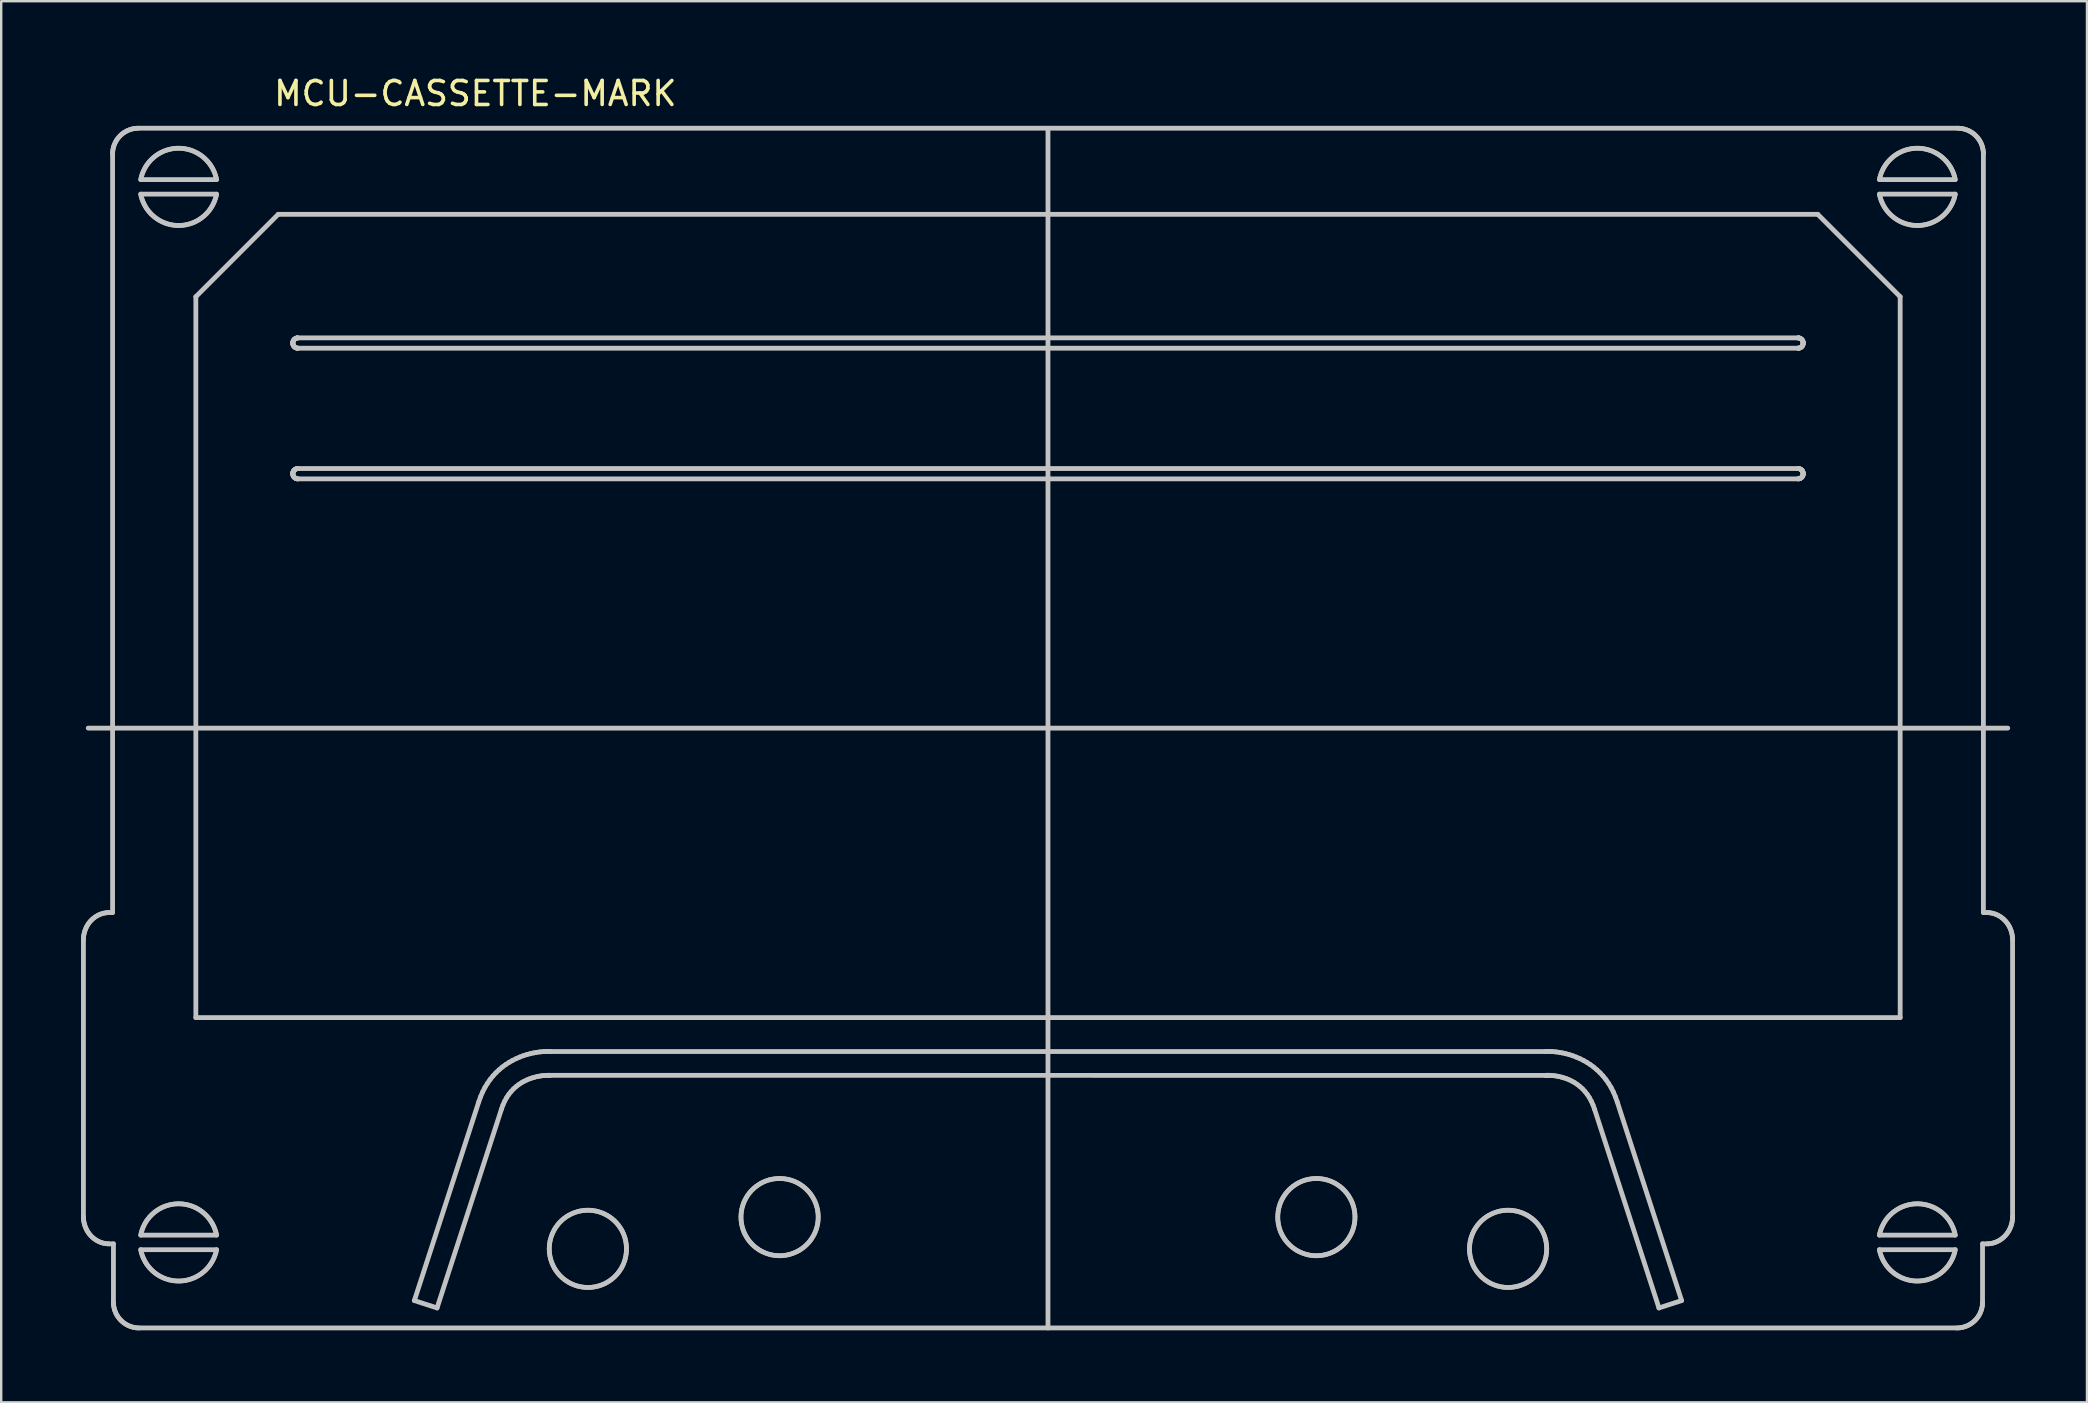
<source format=kicad_pcb>
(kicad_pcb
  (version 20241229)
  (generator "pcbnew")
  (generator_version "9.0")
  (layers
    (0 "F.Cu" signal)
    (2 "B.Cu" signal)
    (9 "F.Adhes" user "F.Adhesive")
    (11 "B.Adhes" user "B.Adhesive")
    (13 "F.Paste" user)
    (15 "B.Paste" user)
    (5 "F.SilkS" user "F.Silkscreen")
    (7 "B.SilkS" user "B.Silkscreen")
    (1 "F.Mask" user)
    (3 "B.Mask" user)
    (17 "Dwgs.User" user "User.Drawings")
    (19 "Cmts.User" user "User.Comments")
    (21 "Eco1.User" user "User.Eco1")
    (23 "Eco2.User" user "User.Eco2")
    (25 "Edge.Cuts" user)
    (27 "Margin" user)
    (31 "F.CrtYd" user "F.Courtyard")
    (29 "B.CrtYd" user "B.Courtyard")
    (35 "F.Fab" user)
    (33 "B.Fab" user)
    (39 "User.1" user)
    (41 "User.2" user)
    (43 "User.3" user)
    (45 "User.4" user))
  (footprint "MCU-CASSETTE-MARK"
    (layer "F.Cu")
    (at 0.25 2.118)
    (property "Reference" "MCU-CASSETTE-MARK" (at 16.51 -1.27 0) (layer "F.SilkS") (effects (font (size 1 1) (thickness 0.15))))
    (attr through_hole)
    (fp_line (start 0.177 34.004) (end 0.177 45.534) (stroke (width 0.2) (type solid)) (layer "Dwgs.User"))
    (fp_line (start 0.177 45.534) (end 0.179 45.612) (stroke (width 0.2) (type solid)) (layer "Dwgs.User"))
    (fp_line (start 0.179 33.926) (end 0.177 34.004) (stroke (width 0.2) (type solid)) (layer "Dwgs.User"))
    (fp_line (start 0.179 45.612) (end 0.186 45.688) (stroke (width 0.2) (type solid)) (layer "Dwgs.User"))
    (fp_line (start 0.186 33.849) (end 0.179 33.926) (stroke (width 0.2) (type solid)) (layer "Dwgs.User"))
    (fp_line (start 0.186 45.688) (end 0.198 45.763) (stroke (width 0.2) (type solid)) (layer "Dwgs.User"))
    (fp_line (start 0.198 33.774) (end 0.186 33.849) (stroke (width 0.2) (type solid)) (layer "Dwgs.User"))
    (fp_line (start 0.198 45.763) (end 0.215 45.836) (stroke (width 0.2) (type solid)) (layer "Dwgs.User"))
    (fp_line (start 0.215 33.701) (end 0.198 33.774) (stroke (width 0.2) (type solid)) (layer "Dwgs.User"))
    (fp_line (start 0.215 45.836) (end 0.236 45.907) (stroke (width 0.2) (type solid)) (layer "Dwgs.User"))
    (fp_line (start 0.236 33.63) (end 0.215 33.701) (stroke (width 0.2) (type solid)) (layer "Dwgs.User"))
    (fp_line (start 0.236 45.907) (end 0.261 45.976) (stroke (width 0.2) (type solid)) (layer "Dwgs.User"))
    (fp_line (start 0.261 33.561) (end 0.236 33.63) (stroke (width 0.2) (type solid)) (layer "Dwgs.User"))
    (fp_line (start 0.261 45.976) (end 0.29 46.043) (stroke (width 0.2) (type solid)) (layer "Dwgs.User"))
    (fp_line (start 0.29 33.494) (end 0.261 33.561) (stroke (width 0.2) (type solid)) (layer "Dwgs.User"))
    (fp_line (start 0.29 46.043) (end 0.323 46.108) (stroke (width 0.2) (type solid)) (layer "Dwgs.User"))
    (fp_line (start 0.323 33.429) (end 0.29 33.494) (stroke (width 0.2) (type solid)) (layer "Dwgs.User"))
    (fp_line (start 0.323 46.108) (end 0.36 46.17) (stroke (width 0.2) (type solid)) (layer "Dwgs.User"))
    (fp_line (start 0.36 33.368) (end 0.323 33.429) (stroke (width 0.2) (type solid)) (layer "Dwgs.User"))
    (fp_line (start 0.36 46.17) (end 0.4 46.229) (stroke (width 0.2) (type solid)) (layer "Dwgs.User"))
    (fp_line (start 0.377 25.177) (end 80.376 25.177) (stroke (width 0.2) (type solid)) (layer "Dwgs.User"))
    (fp_line (start 0.4 33.308) (end 0.36 33.368) (stroke (width 0.2) (type solid)) (layer "Dwgs.User"))
    (fp_line (start 0.4 46.229) (end 0.444 46.285) (stroke (width 0.2) (type solid)) (layer "Dwgs.User"))
    (fp_line (start 0.444 33.252) (end 0.4 33.308) (stroke (width 0.2) (type solid)) (layer "Dwgs.User"))
    (fp_line (start 0.444 46.285) (end 0.491 46.338) (stroke (width 0.2) (type solid)) (layer "Dwgs.User"))
    (fp_line (start 0.491 33.199) (end 0.444 33.252) (stroke (width 0.2) (type solid)) (layer "Dwgs.User"))
    (fp_line (start 0.491 46.338) (end 0.541 46.388) (stroke (width 0.2) (type solid)) (layer "Dwgs.User"))
    (fp_line (start 0.541 33.149) (end 0.491 33.199) (stroke (width 0.2) (type solid)) (layer "Dwgs.User"))
    (fp_line (start 0.541 46.388) (end 0.594 46.434) (stroke (width 0.2) (type solid)) (layer "Dwgs.User"))
    (fp_line (start 0.594 33.103) (end 0.541 33.149) (stroke (width 0.2) (type solid)) (layer "Dwgs.User"))
    (fp_line (start 0.594 46.434) (end 0.65 46.477) (stroke (width 0.2) (type solid)) (layer "Dwgs.User"))
    (fp_line (start 0.65 33.06) (end 0.594 33.103) (stroke (width 0.2) (type solid)) (layer "Dwgs.User"))
    (fp_line (start 0.65 46.477) (end 0.708 46.516) (stroke (width 0.2) (type solid)) (layer "Dwgs.User"))
    (fp_line (start 0.708 33.021) (end 0.65 33.06) (stroke (width 0.2) (type solid)) (layer "Dwgs.User"))
    (fp_line (start 0.708 46.516) (end 0.769 46.551) (stroke (width 0.2) (type solid)) (layer "Dwgs.User"))
    (fp_line (start 0.769 32.986) (end 0.708 33.021) (stroke (width 0.2) (type solid)) (layer "Dwgs.User"))
    (fp_line (start 0.769 46.551) (end 0.832 46.582) (stroke (width 0.2) (type solid)) (layer "Dwgs.User"))
    (fp_line (start 0.832 32.955) (end 0.769 32.986) (stroke (width 0.2) (type solid)) (layer "Dwgs.User"))
    (fp_line (start 0.832 46.582) (end 0.897 46.608) (stroke (width 0.2) (type solid)) (layer "Dwgs.User"))
    (fp_line (start 0.897 32.929) (end 0.832 32.955) (stroke (width 0.2) (type solid)) (layer "Dwgs.User"))
    (fp_line (start 0.897 46.608) (end 0.964 46.631) (stroke (width 0.2) (type solid)) (layer "Dwgs.User"))
    (fp_line (start 0.964 32.907) (end 0.897 32.929) (stroke (width 0.2) (type solid)) (layer "Dwgs.User"))
    (fp_line (start 0.964 46.631) (end 1.033 46.648) (stroke (width 0.2) (type solid)) (layer "Dwgs.User"))
    (fp_line (start 1.033 32.889) (end 0.964 32.907) (stroke (width 0.2) (type solid)) (layer "Dwgs.User"))
    (fp_line (start 1.033 46.648) (end 1.104 46.661) (stroke (width 0.2) (type solid)) (layer "Dwgs.User"))
    (fp_line (start 1.104 32.876) (end 1.033 32.889) (stroke (width 0.2) (type solid)) (layer "Dwgs.User"))
    (fp_line (start 1.104 46.661) (end 1.176 46.669) (stroke (width 0.2) (type solid)) (layer "Dwgs.User"))
    (fp_line (start 1.176 32.868) (end 1.104 32.876) (stroke (width 0.2) (type solid)) (layer "Dwgs.User"))
    (fp_line (start 1.176 46.669) (end 1.25 46.671) (stroke (width 0.2) (type solid)) (layer "Dwgs.User"))
    (fp_line (start 1.25 32.866) (end 1.176 32.868) (stroke (width 0.2) (type solid)) (layer "Dwgs.User"))
    (fp_line (start 1.25 46.671) (end 1.428 46.671) (stroke (width 0.2) (type solid)) (layer "Dwgs.User"))
    (fp_line (start 1.392 1.249) (end 1.392 32.866) (stroke (width 0.2) (type solid)) (layer "Dwgs.User"))
    (fp_line (start 1.392 32.866) (end 1.25 32.866) (stroke (width 0.2) (type solid)) (layer "Dwgs.User"))
    (fp_line (start 1.395 1.176) (end 1.392 1.249) (stroke (width 0.2) (type solid)) (layer "Dwgs.User"))
    (fp_line (start 1.402 1.104) (end 1.395 1.176) (stroke (width 0.2) (type solid)) (layer "Dwgs.User"))
    (fp_line (start 1.414 1.033) (end 1.402 1.104) (stroke (width 0.2) (type solid)) (layer "Dwgs.User"))
    (fp_line (start 1.428 46.671) (end 1.428 49.103) (stroke (width 0.2) (type solid)) (layer "Dwgs.User"))
    (fp_line (start 1.428 49.103) (end 1.43 49.177) (stroke (width 0.2) (type solid)) (layer "Dwgs.User"))
    (fp_line (start 1.43 49.177) (end 1.438 49.249) (stroke (width 0.2) (type solid)) (layer "Dwgs.User"))
    (fp_line (start 1.431 0.964) (end 1.414 1.033) (stroke (width 0.2) (type solid)) (layer "Dwgs.User"))
    (fp_line (start 1.438 49.249) (end 1.45 49.32) (stroke (width 0.2) (type solid)) (layer "Dwgs.User"))
    (fp_line (start 1.45 49.32) (end 1.466 49.389) (stroke (width 0.2) (type solid)) (layer "Dwgs.User"))
    (fp_line (start 1.451 0.897) (end 1.431 0.964) (stroke (width 0.2) (type solid)) (layer "Dwgs.User"))
    (fp_line (start 1.466 49.389) (end 1.487 49.456) (stroke (width 0.2) (type solid)) (layer "Dwgs.User"))
    (fp_line (start 1.477 0.832) (end 1.451 0.897) (stroke (width 0.2) (type solid)) (layer "Dwgs.User"))
    (fp_line (start 1.487 49.456) (end 1.512 49.521) (stroke (width 0.2) (type solid)) (layer "Dwgs.User"))
    (fp_line (start 1.506 0.769) (end 1.477 0.832) (stroke (width 0.2) (type solid)) (layer "Dwgs.User"))
    (fp_line (start 1.512 49.521) (end 1.541 49.584) (stroke (width 0.2) (type solid)) (layer "Dwgs.User"))
    (fp_line (start 1.539 0.708) (end 1.506 0.769) (stroke (width 0.2) (type solid)) (layer "Dwgs.User"))
    (fp_line (start 1.541 49.584) (end 1.574 49.645) (stroke (width 0.2) (type solid)) (layer "Dwgs.User"))
    (fp_line (start 1.574 49.645) (end 1.611 49.703) (stroke (width 0.2) (type solid)) (layer "Dwgs.User"))
    (fp_line (start 1.575 0.649) (end 1.539 0.708) (stroke (width 0.2) (type solid)) (layer "Dwgs.User"))
    (fp_line (start 1.611 49.703) (end 1.652 49.759) (stroke (width 0.2) (type solid)) (layer "Dwgs.User"))
    (fp_line (start 1.616 0.594) (end 1.575 0.649) (stroke (width 0.2) (type solid)) (layer "Dwgs.User"))
    (fp_line (start 1.652 49.759) (end 1.695 49.812) (stroke (width 0.2) (type solid)) (layer "Dwgs.User"))
    (fp_line (start 1.66 0.541) (end 1.616 0.594) (stroke (width 0.2) (type solid)) (layer "Dwgs.User"))
    (fp_line (start 1.695 49.812) (end 1.742 49.862) (stroke (width 0.2) (type solid)) (layer "Dwgs.User"))
    (fp_line (start 1.706 0.491) (end 1.66 0.541) (stroke (width 0.2) (type solid)) (layer "Dwgs.User"))
    (fp_line (start 1.742 49.862) (end 1.792 49.909) (stroke (width 0.2) (type solid)) (layer "Dwgs.User"))
    (fp_line (start 1.757 0.444) (end 1.706 0.491) (stroke (width 0.2) (type solid)) (layer "Dwgs.User"))
    (fp_line (start 1.792 49.909) (end 1.845 49.953) (stroke (width 0.2) (type solid)) (layer "Dwgs.User"))
    (fp_line (start 1.81 0.4) (end 1.757 0.444) (stroke (width 0.2) (type solid)) (layer "Dwgs.User"))
    (fp_line (start 1.845 49.953) (end 1.901 49.993) (stroke (width 0.2) (type solid)) (layer "Dwgs.User"))
    (fp_line (start 1.865 0.36) (end 1.81 0.4) (stroke (width 0.2) (type solid)) (layer "Dwgs.User"))
    (fp_line (start 1.901 49.993) (end 1.959 50.03) (stroke (width 0.2) (type solid)) (layer "Dwgs.User"))
    (fp_line (start 1.924 0.323) (end 1.865 0.36) (stroke (width 0.2) (type solid)) (layer "Dwgs.User"))
    (fp_line (start 1.959 50.03) (end 2.02 50.063) (stroke (width 0.2) (type solid)) (layer "Dwgs.User"))
    (fp_line (start 1.984 0.29) (end 1.924 0.323) (stroke (width 0.2) (type solid)) (layer "Dwgs.User"))
    (fp_line (start 2.02 50.063) (end 2.083 50.092) (stroke (width 0.2) (type solid)) (layer "Dwgs.User"))
    (fp_line (start 2.048 0.261) (end 1.984 0.29) (stroke (width 0.2) (type solid)) (layer "Dwgs.User"))
    (fp_line (start 2.083 50.092) (end 2.149 50.117) (stroke (width 0.2) (type solid)) (layer "Dwgs.User"))
    (fp_line (start 2.113 0.236) (end 2.048 0.261) (stroke (width 0.2) (type solid)) (layer "Dwgs.User"))
    (fp_line (start 2.149 50.117) (end 2.216 50.138) (stroke (width 0.2) (type solid)) (layer "Dwgs.User"))
    (fp_line (start 2.18 0.215) (end 2.113 0.236) (stroke (width 0.2) (type solid)) (layer "Dwgs.User"))
    (fp_line (start 2.216 50.138) (end 2.285 50.155) (stroke (width 0.2) (type solid)) (layer "Dwgs.User"))
    (fp_line (start 2.249 0.198) (end 2.18 0.215) (stroke (width 0.2) (type solid)) (layer "Dwgs.User"))
    (fp_line (start 2.285 50.155) (end 2.355 50.167) (stroke (width 0.2) (type solid)) (layer "Dwgs.User"))
    (fp_line (start 2.32 0.186) (end 2.249 0.198) (stroke (width 0.2) (type solid)) (layer "Dwgs.User"))
    (fp_line (start 2.355 50.167) (end 2.427 50.174) (stroke (width 0.2) (type solid)) (layer "Dwgs.User"))
    (fp_line (start 2.392 0.179) (end 2.32 0.186) (stroke (width 0.2) (type solid)) (layer "Dwgs.User"))
    (fp_line (start 2.427 50.174) (end 2.501 50.176) (stroke (width 0.2) (type solid)) (layer "Dwgs.User"))
    (fp_line (start 2.465 0.176) (end 2.392 0.179) (stroke (width 0.2) (type solid)) (layer "Dwgs.User"))
    (fp_line (start 2.501 50.176) (end 78.252 50.176) (stroke (width 0.2) (type solid)) (layer "Dwgs.User"))
    (fp_line (start 2.565 2.316) (end 5.725 2.316) (stroke (width 0.2) (type solid)) (layer "Dwgs.User"))
    (fp_line (start 2.565 2.924) (end 2.585 3.016) (stroke (width 0.2) (type solid)) (layer "Dwgs.User"))
    (fp_line (start 2.565 46.307) (end 5.725 46.307) (stroke (width 0.2) (type solid)) (layer "Dwgs.User"))
    (fp_line (start 2.565 46.915) (end 2.585 47.007) (stroke (width 0.2) (type solid)) (layer "Dwgs.User"))
    (fp_line (start 2.585 2.224) (end 2.565 2.316) (stroke (width 0.2) (type solid)) (layer "Dwgs.User"))
    (fp_line (start 2.585 3.016) (end 2.611 3.106) (stroke (width 0.2) (type solid)) (layer "Dwgs.User"))
    (fp_line (start 2.585 46.215) (end 2.565 46.307) (stroke (width 0.2) (type solid)) (layer "Dwgs.User"))
    (fp_line (start 2.585 47.007) (end 2.611 47.097) (stroke (width 0.2) (type solid)) (layer "Dwgs.User"))
    (fp_line (start 2.611 2.134) (end 2.585 2.224) (stroke (width 0.2) (type solid)) (layer "Dwgs.User"))
    (fp_line (start 2.611 3.106) (end 2.641 3.193) (stroke (width 0.2) (type solid)) (layer "Dwgs.User"))
    (fp_line (start 2.611 46.125) (end 2.585 46.215) (stroke (width 0.2) (type solid)) (layer "Dwgs.User"))
    (fp_line (start 2.611 47.097) (end 2.641 47.185) (stroke (width 0.2) (type solid)) (layer "Dwgs.User"))
    (fp_line (start 2.641 2.046) (end 2.611 2.134) (stroke (width 0.2) (type solid)) (layer "Dwgs.User"))
    (fp_line (start 2.641 3.193) (end 2.677 3.279) (stroke (width 0.2) (type solid)) (layer "Dwgs.User"))
    (fp_line (start 2.641 46.038) (end 2.611 46.125) (stroke (width 0.2) (type solid)) (layer "Dwgs.User"))
    (fp_line (start 2.641 47.185) (end 2.677 47.27) (stroke (width 0.2) (type solid)) (layer "Dwgs.User"))
    (fp_line (start 2.677 1.961) (end 2.641 2.046) (stroke (width 0.2) (type solid)) (layer "Dwgs.User"))
    (fp_line (start 2.677 3.279) (end 2.717 3.361) (stroke (width 0.2) (type solid)) (layer "Dwgs.User"))
    (fp_line (start 2.677 45.952) (end 2.641 46.038) (stroke (width 0.2) (type solid)) (layer "Dwgs.User"))
    (fp_line (start 2.677 47.27) (end 2.717 47.353) (stroke (width 0.2) (type solid)) (layer "Dwgs.User"))
    (fp_line (start 2.717 1.878) (end 2.677 1.961) (stroke (width 0.2) (type solid)) (layer "Dwgs.User"))
    (fp_line (start 2.717 3.361) (end 2.761 3.442) (stroke (width 0.2) (type solid)) (layer "Dwgs.User"))
    (fp_line (start 2.717 45.87) (end 2.677 45.952) (stroke (width 0.2) (type solid)) (layer "Dwgs.User"))
    (fp_line (start 2.717 47.353) (end 2.761 47.433) (stroke (width 0.2) (type solid)) (layer "Dwgs.User"))
    (fp_line (start 2.761 1.798) (end 2.717 1.878) (stroke (width 0.2) (type solid)) (layer "Dwgs.User"))
    (fp_line (start 2.761 3.442) (end 2.81 3.519) (stroke (width 0.2) (type solid)) (layer "Dwgs.User"))
    (fp_line (start 2.761 45.79) (end 2.717 45.87) (stroke (width 0.2) (type solid)) (layer "Dwgs.User"))
    (fp_line (start 2.761 47.433) (end 2.81 47.51) (stroke (width 0.2) (type solid)) (layer "Dwgs.User"))
    (fp_line (start 2.81 1.721) (end 2.761 1.798) (stroke (width 0.2) (type solid)) (layer "Dwgs.User"))
    (fp_line (start 2.81 3.519) (end 2.863 3.593) (stroke (width 0.2) (type solid)) (layer "Dwgs.User"))
    (fp_line (start 2.81 45.712) (end 2.761 45.79) (stroke (width 0.2) (type solid)) (layer "Dwgs.User"))
    (fp_line (start 2.81 47.51) (end 2.863 47.584) (stroke (width 0.2) (type solid)) (layer "Dwgs.User"))
    (fp_line (start 2.863 1.647) (end 2.81 1.721) (stroke (width 0.2) (type solid)) (layer "Dwgs.User"))
    (fp_line (start 2.863 3.593) (end 2.92 3.664) (stroke (width 0.2) (type solid)) (layer "Dwgs.User"))
    (fp_line (start 2.863 45.638) (end 2.81 45.712) (stroke (width 0.2) (type solid)) (layer "Dwgs.User"))
    (fp_line (start 2.863 47.584) (end 2.92 47.655) (stroke (width 0.2) (type solid)) (layer "Dwgs.User"))
    (fp_line (start 2.92 1.576) (end 2.863 1.647) (stroke (width 0.2) (type solid)) (layer "Dwgs.User"))
    (fp_line (start 2.92 3.664) (end 2.981 3.731) (stroke (width 0.2) (type solid)) (layer "Dwgs.User"))
    (fp_line (start 2.92 45.567) (end 2.863 45.638) (stroke (width 0.2) (type solid)) (layer "Dwgs.User"))
    (fp_line (start 2.92 47.655) (end 2.981 47.723) (stroke (width 0.2) (type solid)) (layer "Dwgs.User"))
    (fp_line (start 2.981 1.509) (end 2.92 1.576) (stroke (width 0.2) (type solid)) (layer "Dwgs.User"))
    (fp_line (start 2.981 3.731) (end 3.046 3.795) (stroke (width 0.2) (type solid)) (layer "Dwgs.User"))
    (fp_line (start 2.981 45.5) (end 2.92 45.567) (stroke (width 0.2) (type solid)) (layer "Dwgs.User"))
    (fp_line (start 2.981 47.723) (end 3.046 47.787) (stroke (width 0.2) (type solid)) (layer "Dwgs.User"))
    (fp_line (start 3.046 1.445) (end 2.981 1.509) (stroke (width 0.2) (type solid)) (layer "Dwgs.User"))
    (fp_line (start 3.046 3.795) (end 3.114 3.855) (stroke (width 0.2) (type solid)) (layer "Dwgs.User"))
    (fp_line (start 3.046 45.436) (end 2.981 45.5) (stroke (width 0.2) (type solid)) (layer "Dwgs.User"))
    (fp_line (start 3.046 47.787) (end 3.114 47.847) (stroke (width 0.2) (type solid)) (layer "Dwgs.User"))
    (fp_line (start 3.114 1.384) (end 3.046 1.445) (stroke (width 0.2) (type solid)) (layer "Dwgs.User"))
    (fp_line (start 3.114 3.855) (end 3.185 3.912) (stroke (width 0.2) (type solid)) (layer "Dwgs.User"))
    (fp_line (start 3.114 45.376) (end 3.046 45.436) (stroke (width 0.2) (type solid)) (layer "Dwgs.User"))
    (fp_line (start 3.114 47.847) (end 3.185 47.903) (stroke (width 0.2) (type solid)) (layer "Dwgs.User"))
    (fp_line (start 3.185 1.328) (end 3.114 1.384) (stroke (width 0.2) (type solid)) (layer "Dwgs.User"))
    (fp_line (start 3.185 3.912) (end 3.26 3.964) (stroke (width 0.2) (type solid)) (layer "Dwgs.User"))
    (fp_line (start 3.185 45.319) (end 3.114 45.376) (stroke (width 0.2) (type solid)) (layer "Dwgs.User"))
    (fp_line (start 3.185 47.903) (end 3.26 47.956) (stroke (width 0.2) (type solid)) (layer "Dwgs.User"))
    (fp_line (start 3.26 1.276) (end 3.185 1.328) (stroke (width 0.2) (type solid)) (layer "Dwgs.User"))
    (fp_line (start 3.26 3.964) (end 3.337 4.012) (stroke (width 0.2) (type solid)) (layer "Dwgs.User"))
    (fp_line (start 3.26 45.267) (end 3.185 45.319) (stroke (width 0.2) (type solid)) (layer "Dwgs.User"))
    (fp_line (start 3.26 47.956) (end 3.337 48.004) (stroke (width 0.2) (type solid)) (layer "Dwgs.User"))
    (fp_line (start 3.337 1.227) (end 3.26 1.276) (stroke (width 0.2) (type solid)) (layer "Dwgs.User"))
    (fp_line (start 3.337 4.012) (end 3.418 4.056) (stroke (width 0.2) (type solid)) (layer "Dwgs.User"))
    (fp_line (start 3.337 45.219) (end 3.26 45.267) (stroke (width 0.2) (type solid)) (layer "Dwgs.User"))
    (fp_line (start 3.337 48.004) (end 3.418 48.047) (stroke (width 0.2) (type solid)) (layer "Dwgs.User"))
    (fp_line (start 3.418 1.184) (end 3.337 1.227) (stroke (width 0.2) (type solid)) (layer "Dwgs.User"))
    (fp_line (start 3.418 4.056) (end 3.501 4.095) (stroke (width 0.2) (type solid)) (layer "Dwgs.User"))
    (fp_line (start 3.418 45.175) (end 3.337 45.219) (stroke (width 0.2) (type solid)) (layer "Dwgs.User"))
    (fp_line (start 3.418 48.047) (end 3.501 48.087) (stroke (width 0.2) (type solid)) (layer "Dwgs.User"))
    (fp_line (start 3.501 1.144) (end 3.418 1.184) (stroke (width 0.2) (type solid)) (layer "Dwgs.User"))
    (fp_line (start 3.501 4.095) (end 3.587 4.13) (stroke (width 0.2) (type solid)) (layer "Dwgs.User"))
    (fp_line (start 3.501 45.136) (end 3.418 45.175) (stroke (width 0.2) (type solid)) (layer "Dwgs.User"))
    (fp_line (start 3.501 48.087) (end 3.587 48.121) (stroke (width 0.2) (type solid)) (layer "Dwgs.User"))
    (fp_line (start 3.587 1.11) (end 3.501 1.144) (stroke (width 0.2) (type solid)) (layer "Dwgs.User"))
    (fp_line (start 3.587 4.13) (end 3.675 4.16) (stroke (width 0.2) (type solid)) (layer "Dwgs.User"))
    (fp_line (start 3.587 45.101) (end 3.501 45.136) (stroke (width 0.2) (type solid)) (layer "Dwgs.User"))
    (fp_line (start 3.587 48.121) (end 3.675 48.151) (stroke (width 0.2) (type solid)) (layer "Dwgs.User"))
    (fp_line (start 3.675 1.08) (end 3.587 1.11) (stroke (width 0.2) (type solid)) (layer "Dwgs.User"))
    (fp_line (start 3.675 4.16) (end 3.765 4.184) (stroke (width 0.2) (type solid)) (layer "Dwgs.User"))
    (fp_line (start 3.675 45.072) (end 3.587 45.101) (stroke (width 0.2) (type solid)) (layer "Dwgs.User"))
    (fp_line (start 3.675 48.151) (end 3.765 48.176) (stroke (width 0.2) (type solid)) (layer "Dwgs.User"))
    (fp_line (start 3.765 1.056) (end 3.675 1.08) (stroke (width 0.2) (type solid)) (layer "Dwgs.User"))
    (fp_line (start 3.765 4.184) (end 3.857 4.204) (stroke (width 0.2) (type solid)) (layer "Dwgs.User"))
    (fp_line (start 3.765 45.047) (end 3.675 45.072) (stroke (width 0.2) (type solid)) (layer "Dwgs.User"))
    (fp_line (start 3.765 48.176) (end 3.857 48.195) (stroke (width 0.2) (type solid)) (layer "Dwgs.User"))
    (fp_line (start 3.857 1.036) (end 3.765 1.056) (stroke (width 0.2) (type solid)) (layer "Dwgs.User"))
    (fp_line (start 3.857 4.204) (end 3.951 4.218) (stroke (width 0.2) (type solid)) (layer "Dwgs.User"))
    (fp_line (start 3.857 45.027) (end 3.765 45.047) (stroke (width 0.2) (type solid)) (layer "Dwgs.User"))
    (fp_line (start 3.857 48.195) (end 3.951 48.209) (stroke (width 0.2) (type solid)) (layer "Dwgs.User"))
    (fp_line (start 3.951 1.022) (end 3.857 1.036) (stroke (width 0.2) (type solid)) (layer "Dwgs.User"))
    (fp_line (start 3.951 4.218) (end 4.047 4.226) (stroke (width 0.2) (type solid)) (layer "Dwgs.User"))
    (fp_line (start 3.951 45.013) (end 3.857 45.027) (stroke (width 0.2) (type solid)) (layer "Dwgs.User"))
    (fp_line (start 3.951 48.209) (end 4.047 48.218) (stroke (width 0.2) (type solid)) (layer "Dwgs.User"))
    (fp_line (start 4.047 1.013) (end 3.951 1.022) (stroke (width 0.2) (type solid)) (layer "Dwgs.User"))
    (fp_line (start 4.047 4.226) (end 4.145 4.229) (stroke (width 0.2) (type solid)) (layer "Dwgs.User"))
    (fp_line (start 4.047 45.005) (end 3.951 45.013) (stroke (width 0.2) (type solid)) (layer "Dwgs.User"))
    (fp_line (start 4.047 48.218) (end 4.145 48.221) (stroke (width 0.2) (type solid)) (layer "Dwgs.User"))
    (fp_line (start 4.145 1.01) (end 4.047 1.013) (stroke (width 0.2) (type solid)) (layer "Dwgs.User"))
    (fp_line (start 4.145 4.229) (end 4.242 4.226) (stroke (width 0.2) (type solid)) (layer "Dwgs.User"))
    (fp_line (start 4.145 45.002) (end 4.047 45.005) (stroke (width 0.2) (type solid)) (layer "Dwgs.User"))
    (fp_line (start 4.145 48.221) (end 4.242 48.218) (stroke (width 0.2) (type solid)) (layer "Dwgs.User"))
    (fp_line (start 4.242 1.013) (end 4.145 1.01) (stroke (width 0.2) (type solid)) (layer "Dwgs.User"))
    (fp_line (start 4.242 4.226) (end 4.338 4.218) (stroke (width 0.2) (type solid)) (layer "Dwgs.User"))
    (fp_line (start 4.242 45.005) (end 4.145 45.002) (stroke (width 0.2) (type solid)) (layer "Dwgs.User"))
    (fp_line (start 4.242 48.218) (end 4.338 48.209) (stroke (width 0.2) (type solid)) (layer "Dwgs.User"))
    (fp_line (start 4.338 1.022) (end 4.242 1.013) (stroke (width 0.2) (type solid)) (layer "Dwgs.User"))
    (fp_line (start 4.338 4.218) (end 4.432 4.204) (stroke (width 0.2) (type solid)) (layer "Dwgs.User"))
    (fp_line (start 4.338 45.013) (end 4.242 45.005) (stroke (width 0.2) (type solid)) (layer "Dwgs.User"))
    (fp_line (start 4.338 48.209) (end 4.432 48.195) (stroke (width 0.2) (type solid)) (layer "Dwgs.User"))
    (fp_line (start 4.432 1.036) (end 4.338 1.022) (stroke (width 0.2) (type solid)) (layer "Dwgs.User"))
    (fp_line (start 4.432 4.204) (end 4.524 4.184) (stroke (width 0.2) (type solid)) (layer "Dwgs.User"))
    (fp_line (start 4.432 45.027) (end 4.338 45.013) (stroke (width 0.2) (type solid)) (layer "Dwgs.User"))
    (fp_line (start 4.432 48.195) (end 4.524 48.176) (stroke (width 0.2) (type solid)) (layer "Dwgs.User"))
    (fp_line (start 4.524 1.056) (end 4.432 1.036) (stroke (width 0.2) (type solid)) (layer "Dwgs.User"))
    (fp_line (start 4.524 4.184) (end 4.614 4.16) (stroke (width 0.2) (type solid)) (layer "Dwgs.User"))
    (fp_line (start 4.524 45.047) (end 4.432 45.027) (stroke (width 0.2) (type solid)) (layer "Dwgs.User"))
    (fp_line (start 4.524 48.176) (end 4.614 48.151) (stroke (width 0.2) (type solid)) (layer "Dwgs.User"))
    (fp_line (start 4.614 1.08) (end 4.524 1.056) (stroke (width 0.2) (type solid)) (layer "Dwgs.User"))
    (fp_line (start 4.614 4.16) (end 4.702 4.13) (stroke (width 0.2) (type solid)) (layer "Dwgs.User"))
    (fp_line (start 4.614 45.072) (end 4.524 45.047) (stroke (width 0.2) (type solid)) (layer "Dwgs.User"))
    (fp_line (start 4.614 48.151) (end 4.702 48.121) (stroke (width 0.2) (type solid)) (layer "Dwgs.User"))
    (fp_line (start 4.702 1.11) (end 4.614 1.08) (stroke (width 0.2) (type solid)) (layer "Dwgs.User"))
    (fp_line (start 4.702 4.13) (end 4.788 4.095) (stroke (width 0.2) (type solid)) (layer "Dwgs.User"))
    (fp_line (start 4.702 45.101) (end 4.614 45.072) (stroke (width 0.2) (type solid)) (layer "Dwgs.User"))
    (fp_line (start 4.702 48.121) (end 4.788 48.087) (stroke (width 0.2) (type solid)) (layer "Dwgs.User"))
    (fp_line (start 4.788 1.144) (end 4.702 1.11) (stroke (width 0.2) (type solid)) (layer "Dwgs.User"))
    (fp_line (start 4.788 4.095) (end 4.871 4.056) (stroke (width 0.2) (type solid)) (layer "Dwgs.User"))
    (fp_line (start 4.788 45.136) (end 4.702 45.101) (stroke (width 0.2) (type solid)) (layer "Dwgs.User"))
    (fp_line (start 4.788 48.087) (end 4.871 48.047) (stroke (width 0.2) (type solid)) (layer "Dwgs.User"))
    (fp_line (start 4.862 7.198) (end 4.862 37.241) (stroke (width 0.2) (type solid)) (layer "Dwgs.User"))
    (fp_line (start 4.862 37.241) (end 75.892 37.241) (stroke (width 0.2) (type solid)) (layer "Dwgs.User"))
    (fp_line (start 4.871 1.184) (end 4.788 1.144) (stroke (width 0.2) (type solid)) (layer "Dwgs.User"))
    (fp_line (start 4.871 4.056) (end 4.952 4.012) (stroke (width 0.2) (type solid)) (layer "Dwgs.User"))
    (fp_line (start 4.871 45.175) (end 4.788 45.136) (stroke (width 0.2) (type solid)) (layer "Dwgs.User"))
    (fp_line (start 4.871 48.047) (end 4.952 48.004) (stroke (width 0.2) (type solid)) (layer "Dwgs.User"))
    (fp_line (start 4.952 1.227) (end 4.871 1.184) (stroke (width 0.2) (type solid)) (layer "Dwgs.User"))
    (fp_line (start 4.952 4.012) (end 5.029 3.964) (stroke (width 0.2) (type solid)) (layer "Dwgs.User"))
    (fp_line (start 4.952 45.219) (end 4.871 45.175) (stroke (width 0.2) (type solid)) (layer "Dwgs.User"))
    (fp_line (start 4.952 48.004) (end 5.029 47.956) (stroke (width 0.2) (type solid)) (layer "Dwgs.User"))
    (fp_line (start 5.029 1.276) (end 4.952 1.227) (stroke (width 0.2) (type solid)) (layer "Dwgs.User"))
    (fp_line (start 5.029 3.964) (end 5.104 3.912) (stroke (width 0.2) (type solid)) (layer "Dwgs.User"))
    (fp_line (start 5.029 45.267) (end 4.952 45.219) (stroke (width 0.2) (type solid)) (layer "Dwgs.User"))
    (fp_line (start 5.029 47.956) (end 5.104 47.903) (stroke (width 0.2) (type solid)) (layer "Dwgs.User"))
    (fp_line (start 5.104 1.328) (end 5.029 1.276) (stroke (width 0.2) (type solid)) (layer "Dwgs.User"))
    (fp_line (start 5.104 3.912) (end 5.175 3.855) (stroke (width 0.2) (type solid)) (layer "Dwgs.User"))
    (fp_line (start 5.104 45.319) (end 5.029 45.267) (stroke (width 0.2) (type solid)) (layer "Dwgs.User"))
    (fp_line (start 5.104 47.903) (end 5.175 47.847) (stroke (width 0.2) (type solid)) (layer "Dwgs.User"))
    (fp_line (start 5.175 1.384) (end 5.104 1.328) (stroke (width 0.2) (type solid)) (layer "Dwgs.User"))
    (fp_line (start 5.175 3.855) (end 5.243 3.795) (stroke (width 0.2) (type solid)) (layer "Dwgs.User"))
    (fp_line (start 5.175 45.376) (end 5.104 45.319) (stroke (width 0.2) (type solid)) (layer "Dwgs.User"))
    (fp_line (start 5.175 47.847) (end 5.243 47.787) (stroke (width 0.2) (type solid)) (layer "Dwgs.User"))
    (fp_line (start 5.243 1.445) (end 5.175 1.384) (stroke (width 0.2) (type solid)) (layer "Dwgs.User"))
    (fp_line (start 5.243 3.795) (end 5.308 3.731) (stroke (width 0.2) (type solid)) (layer "Dwgs.User"))
    (fp_line (start 5.243 45.436) (end 5.175 45.376) (stroke (width 0.2) (type solid)) (layer "Dwgs.User"))
    (fp_line (start 5.243 47.787) (end 5.308 47.723) (stroke (width 0.2) (type solid)) (layer "Dwgs.User"))
    (fp_line (start 5.308 1.509) (end 5.243 1.445) (stroke (width 0.2) (type solid)) (layer "Dwgs.User"))
    (fp_line (start 5.308 3.731) (end 5.369 3.664) (stroke (width 0.2) (type solid)) (layer "Dwgs.User"))
    (fp_line (start 5.308 45.5) (end 5.243 45.436) (stroke (width 0.2) (type solid)) (layer "Dwgs.User"))
    (fp_line (start 5.308 47.723) (end 5.369 47.655) (stroke (width 0.2) (type solid)) (layer "Dwgs.User"))
    (fp_line (start 5.369 1.576) (end 5.308 1.509) (stroke (width 0.2) (type solid)) (layer "Dwgs.User"))
    (fp_line (start 5.369 3.664) (end 5.426 3.593) (stroke (width 0.2) (type solid)) (layer "Dwgs.User"))
    (fp_line (start 5.369 45.567) (end 5.308 45.5) (stroke (width 0.2) (type solid)) (layer "Dwgs.User"))
    (fp_line (start 5.369 47.655) (end 5.426 47.584) (stroke (width 0.2) (type solid)) (layer "Dwgs.User"))
    (fp_line (start 5.426 1.647) (end 5.369 1.576) (stroke (width 0.2) (type solid)) (layer "Dwgs.User"))
    (fp_line (start 5.426 3.593) (end 5.479 3.519) (stroke (width 0.2) (type solid)) (layer "Dwgs.User"))
    (fp_line (start 5.426 45.638) (end 5.369 45.567) (stroke (width 0.2) (type solid)) (layer "Dwgs.User"))
    (fp_line (start 5.426 47.584) (end 5.479 47.51) (stroke (width 0.2) (type solid)) (layer "Dwgs.User"))
    (fp_line (start 5.479 1.721) (end 5.426 1.647) (stroke (width 0.2) (type solid)) (layer "Dwgs.User"))
    (fp_line (start 5.479 3.519) (end 5.528 3.442) (stroke (width 0.2) (type solid)) (layer "Dwgs.User"))
    (fp_line (start 5.479 45.712) (end 5.426 45.638) (stroke (width 0.2) (type solid)) (layer "Dwgs.User"))
    (fp_line (start 5.479 47.51) (end 5.528 47.433) (stroke (width 0.2) (type solid)) (layer "Dwgs.User"))
    (fp_line (start 5.528 1.798) (end 5.479 1.721) (stroke (width 0.2) (type solid)) (layer "Dwgs.User"))
    (fp_line (start 5.528 3.442) (end 5.573 3.361) (stroke (width 0.2) (type solid)) (layer "Dwgs.User"))
    (fp_line (start 5.528 45.79) (end 5.479 45.712) (stroke (width 0.2) (type solid)) (layer "Dwgs.User"))
    (fp_line (start 5.528 47.433) (end 5.573 47.353) (stroke (width 0.2) (type solid)) (layer "Dwgs.User"))
    (fp_line (start 5.573 1.878) (end 5.528 1.798) (stroke (width 0.2) (type solid)) (layer "Dwgs.User"))
    (fp_line (start 5.573 3.361) (end 5.613 3.279) (stroke (width 0.2) (type solid)) (layer "Dwgs.User"))
    (fp_line (start 5.573 45.87) (end 5.528 45.79) (stroke (width 0.2) (type solid)) (layer "Dwgs.User"))
    (fp_line (start 5.573 47.353) (end 5.613 47.27) (stroke (width 0.2) (type solid)) (layer "Dwgs.User"))
    (fp_line (start 5.613 1.961) (end 5.573 1.878) (stroke (width 0.2) (type solid)) (layer "Dwgs.User"))
    (fp_line (start 5.613 3.279) (end 5.648 3.193) (stroke (width 0.2) (type solid)) (layer "Dwgs.User"))
    (fp_line (start 5.613 45.952) (end 5.573 45.87) (stroke (width 0.2) (type solid)) (layer "Dwgs.User"))
    (fp_line (start 5.613 47.27) (end 5.648 47.185) (stroke (width 0.2) (type solid)) (layer "Dwgs.User"))
    (fp_line (start 5.648 2.046) (end 5.613 1.961) (stroke (width 0.2) (type solid)) (layer "Dwgs.User"))
    (fp_line (start 5.648 3.193) (end 5.679 3.106) (stroke (width 0.2) (type solid)) (layer "Dwgs.User"))
    (fp_line (start 5.648 46.038) (end 5.613 45.952) (stroke (width 0.2) (type solid)) (layer "Dwgs.User"))
    (fp_line (start 5.648 47.185) (end 5.679 47.097) (stroke (width 0.2) (type solid)) (layer "Dwgs.User"))
    (fp_line (start 5.679 2.134) (end 5.648 2.046) (stroke (width 0.2) (type solid)) (layer "Dwgs.User"))
    (fp_line (start 5.679 3.106) (end 5.704 3.016) (stroke (width 0.2) (type solid)) (layer "Dwgs.User"))
    (fp_line (start 5.679 46.125) (end 5.648 46.038) (stroke (width 0.2) (type solid)) (layer "Dwgs.User"))
    (fp_line (start 5.679 47.097) (end 5.704 47.007) (stroke (width 0.2) (type solid)) (layer "Dwgs.User"))
    (fp_line (start 5.704 2.224) (end 5.679 2.134) (stroke (width 0.2) (type solid)) (layer "Dwgs.User"))
    (fp_line (start 5.704 3.016) (end 5.725 2.924) (stroke (width 0.2) (type solid)) (layer "Dwgs.User"))
    (fp_line (start 5.704 46.215) (end 5.679 46.125) (stroke (width 0.2) (type solid)) (layer "Dwgs.User"))
    (fp_line (start 5.704 47.007) (end 5.725 46.915) (stroke (width 0.2) (type solid)) (layer "Dwgs.User"))
    (fp_line (start 5.725 2.316) (end 5.704 2.224) (stroke (width 0.2) (type solid)) (layer "Dwgs.User"))
    (fp_line (start 5.725 2.924) (end 2.565 2.924) (stroke (width 0.2) (type solid)) (layer "Dwgs.User"))
    (fp_line (start 5.725 46.307) (end 5.704 46.215) (stroke (width 0.2) (type solid)) (layer "Dwgs.User"))
    (fp_line (start 5.725 46.915) (end 2.565 46.915) (stroke (width 0.2) (type solid)) (layer "Dwgs.User"))
    (fp_line (start 8.295 3.764) (end 4.862 7.198) (stroke (width 0.2) (type solid)) (layer "Dwgs.User"))
    (fp_line (start 8.902 9.129) (end 8.903 9.115) (stroke (width 0.2) (type solid)) (layer "Dwgs.User"))
    (fp_line (start 8.902 14.574) (end 8.903 14.56) (stroke (width 0.2) (type solid)) (layer "Dwgs.User"))
    (fp_line (start 8.903 9.115) (end 8.904 9.1) (stroke (width 0.2) (type solid)) (layer "Dwgs.User"))
    (fp_line (start 8.903 9.144) (end 8.902 9.129) (stroke (width 0.2) (type solid)) (layer "Dwgs.User"))
    (fp_line (start 8.903 14.56) (end 8.904 14.545) (stroke (width 0.2) (type solid)) (layer "Dwgs.User"))
    (fp_line (start 8.903 14.589) (end 8.902 14.574) (stroke (width 0.2) (type solid)) (layer "Dwgs.User"))
    (fp_line (start 8.904 9.1) (end 8.907 9.086) (stroke (width 0.2) (type solid)) (layer "Dwgs.User"))
    (fp_line (start 8.904 9.158) (end 8.903 9.144) (stroke (width 0.2) (type solid)) (layer "Dwgs.User"))
    (fp_line (start 8.904 14.545) (end 8.907 14.531) (stroke (width 0.2) (type solid)) (layer "Dwgs.User"))
    (fp_line (start 8.904 14.603) (end 8.903 14.589) (stroke (width 0.2) (type solid)) (layer "Dwgs.User"))
    (fp_line (start 8.907 9.086) (end 8.91 9.072) (stroke (width 0.2) (type solid)) (layer "Dwgs.User"))
    (fp_line (start 8.907 9.172) (end 8.904 9.158) (stroke (width 0.2) (type solid)) (layer "Dwgs.User"))
    (fp_line (start 8.907 14.531) (end 8.91 14.517) (stroke (width 0.2) (type solid)) (layer "Dwgs.User"))
    (fp_line (start 8.907 14.618) (end 8.904 14.603) (stroke (width 0.2) (type solid)) (layer "Dwgs.User"))
    (fp_line (start 8.91 9.072) (end 8.914 9.059) (stroke (width 0.2) (type solid)) (layer "Dwgs.User"))
    (fp_line (start 8.91 9.186) (end 8.907 9.172) (stroke (width 0.2) (type solid)) (layer "Dwgs.User"))
    (fp_line (start 8.91 14.517) (end 8.914 14.504) (stroke (width 0.2) (type solid)) (layer "Dwgs.User"))
    (fp_line (start 8.91 14.631) (end 8.907 14.618) (stroke (width 0.2) (type solid)) (layer "Dwgs.User"))
    (fp_line (start 8.914 9.059) (end 8.919 9.046) (stroke (width 0.2) (type solid)) (layer "Dwgs.User"))
    (fp_line (start 8.914 9.2) (end 8.91 9.186) (stroke (width 0.2) (type solid)) (layer "Dwgs.User"))
    (fp_line (start 8.914 14.504) (end 8.919 14.491) (stroke (width 0.2) (type solid)) (layer "Dwgs.User"))
    (fp_line (start 8.914 14.645) (end 8.91 14.631) (stroke (width 0.2) (type solid)) (layer "Dwgs.User"))
    (fp_line (start 8.919 9.046) (end 8.925 9.033) (stroke (width 0.2) (type solid)) (layer "Dwgs.User"))
    (fp_line (start 8.919 9.213) (end 8.914 9.2) (stroke (width 0.2) (type solid)) (layer "Dwgs.User"))
    (fp_line (start 8.919 14.491) (end 8.925 14.478) (stroke (width 0.2) (type solid)) (layer "Dwgs.User"))
    (fp_line (start 8.919 14.658) (end 8.914 14.645) (stroke (width 0.2) (type solid)) (layer "Dwgs.User"))
    (fp_line (start 8.925 9.033) (end 8.932 9.021) (stroke (width 0.2) (type solid)) (layer "Dwgs.User"))
    (fp_line (start 8.925 9.225) (end 8.919 9.213) (stroke (width 0.2) (type solid)) (layer "Dwgs.User"))
    (fp_line (start 8.925 14.478) (end 8.932 14.466) (stroke (width 0.2) (type solid)) (layer "Dwgs.User"))
    (fp_line (start 8.925 14.671) (end 8.919 14.658) (stroke (width 0.2) (type solid)) (layer "Dwgs.User"))
    (fp_line (start 8.932 9.021) (end 8.939 9.009) (stroke (width 0.2) (type solid)) (layer "Dwgs.User"))
    (fp_line (start 8.932 9.237) (end 8.925 9.225) (stroke (width 0.2) (type solid)) (layer "Dwgs.User"))
    (fp_line (start 8.932 14.466) (end 8.939 14.454) (stroke (width 0.2) (type solid)) (layer "Dwgs.User"))
    (fp_line (start 8.932 14.683) (end 8.925 14.671) (stroke (width 0.2) (type solid)) (layer "Dwgs.User"))
    (fp_line (start 8.939 9.009) (end 8.947 8.998) (stroke (width 0.2) (type solid)) (layer "Dwgs.User"))
    (fp_line (start 8.939 9.249) (end 8.932 9.237) (stroke (width 0.2) (type solid)) (layer "Dwgs.User"))
    (fp_line (start 8.939 14.454) (end 8.947 14.443) (stroke (width 0.2) (type solid)) (layer "Dwgs.User"))
    (fp_line (start 8.939 14.694) (end 8.932 14.683) (stroke (width 0.2) (type solid)) (layer "Dwgs.User"))
    (fp_line (start 8.947 8.998) (end 8.956 8.987) (stroke (width 0.2) (type solid)) (layer "Dwgs.User"))
    (fp_line (start 8.947 9.26) (end 8.939 9.249) (stroke (width 0.2) (type solid)) (layer "Dwgs.User"))
    (fp_line (start 8.947 14.443) (end 8.956 14.433) (stroke (width 0.2) (type solid)) (layer "Dwgs.User"))
    (fp_line (start 8.947 14.706) (end 8.939 14.694) (stroke (width 0.2) (type solid)) (layer "Dwgs.User"))
    (fp_line (start 8.956 8.987) (end 8.965 8.977) (stroke (width 0.2) (type solid)) (layer "Dwgs.User"))
    (fp_line (start 8.956 9.271) (end 8.947 9.26) (stroke (width 0.2) (type solid)) (layer "Dwgs.User"))
    (fp_line (start 8.956 14.433) (end 8.965 14.423) (stroke (width 0.2) (type solid)) (layer "Dwgs.User"))
    (fp_line (start 8.956 14.716) (end 8.947 14.706) (stroke (width 0.2) (type solid)) (layer "Dwgs.User"))
    (fp_line (start 8.965 8.977) (end 8.975 8.968) (stroke (width 0.2) (type solid)) (layer "Dwgs.User"))
    (fp_line (start 8.965 9.281) (end 8.956 9.271) (stroke (width 0.2) (type solid)) (layer "Dwgs.User"))
    (fp_line (start 8.965 14.423) (end 8.975 14.413) (stroke (width 0.2) (type solid)) (layer "Dwgs.User"))
    (fp_line (start 8.965 14.726) (end 8.956 14.716) (stroke (width 0.2) (type solid)) (layer "Dwgs.User"))
    (fp_line (start 8.975 8.968) (end 8.986 8.959) (stroke (width 0.2) (type solid)) (layer "Dwgs.User"))
    (fp_line (start 8.975 9.29) (end 8.965 9.281) (stroke (width 0.2) (type solid)) (layer "Dwgs.User"))
    (fp_line (start 8.975 14.413) (end 8.986 14.405) (stroke (width 0.2) (type solid)) (layer "Dwgs.User"))
    (fp_line (start 8.975 14.736) (end 8.965 14.726) (stroke (width 0.2) (type solid)) (layer "Dwgs.User"))
    (fp_line (start 8.986 8.959) (end 8.997 8.951) (stroke (width 0.2) (type solid)) (layer "Dwgs.User"))
    (fp_line (start 8.986 9.299) (end 8.975 9.29) (stroke (width 0.2) (type solid)) (layer "Dwgs.User"))
    (fp_line (start 8.986 14.405) (end 8.997 14.396) (stroke (width 0.2) (type solid)) (layer "Dwgs.User"))
    (fp_line (start 8.986 14.744) (end 8.975 14.736) (stroke (width 0.2) (type solid)) (layer "Dwgs.User"))
    (fp_line (start 8.997 8.951) (end 9.009 8.944) (stroke (width 0.2) (type solid)) (layer "Dwgs.User"))
    (fp_line (start 8.997 9.307) (end 8.986 9.299) (stroke (width 0.2) (type solid)) (layer "Dwgs.User"))
    (fp_line (start 8.997 14.396) (end 9.009 14.389) (stroke (width 0.2) (type solid)) (layer "Dwgs.User"))
    (fp_line (start 8.997 14.752) (end 8.986 14.744) (stroke (width 0.2) (type solid)) (layer "Dwgs.User"))
    (fp_line (start 9.009 8.944) (end 9.021 8.937) (stroke (width 0.2) (type solid)) (layer "Dwgs.User"))
    (fp_line (start 9.009 9.314) (end 8.997 9.307) (stroke (width 0.2) (type solid)) (layer "Dwgs.User"))
    (fp_line (start 9.009 14.389) (end 9.021 14.383) (stroke (width 0.2) (type solid)) (layer "Dwgs.User"))
    (fp_line (start 9.009 14.76) (end 8.997 14.752) (stroke (width 0.2) (type solid)) (layer "Dwgs.User"))
    (fp_line (start 9.021 8.937) (end 9.034 8.931) (stroke (width 0.2) (type solid)) (layer "Dwgs.User"))
    (fp_line (start 9.021 9.321) (end 9.009 9.314) (stroke (width 0.2) (type solid)) (layer "Dwgs.User"))
    (fp_line (start 9.021 14.383) (end 9.034 14.377) (stroke (width 0.2) (type solid)) (layer "Dwgs.User"))
    (fp_line (start 9.021 14.766) (end 9.009 14.76) (stroke (width 0.2) (type solid)) (layer "Dwgs.User"))
    (fp_line (start 9.034 8.931) (end 9.047 8.926) (stroke (width 0.2) (type solid)) (layer "Dwgs.User"))
    (fp_line (start 9.034 9.327) (end 9.021 9.321) (stroke (width 0.2) (type solid)) (layer "Dwgs.User"))
    (fp_line (start 9.034 14.377) (end 9.047 14.372) (stroke (width 0.2) (type solid)) (layer "Dwgs.User"))
    (fp_line (start 9.034 14.772) (end 9.021 14.766) (stroke (width 0.2) (type solid)) (layer "Dwgs.User"))
    (fp_line (start 9.047 8.926) (end 9.06 8.922) (stroke (width 0.2) (type solid)) (layer "Dwgs.User"))
    (fp_line (start 9.047 9.332) (end 9.034 9.327) (stroke (width 0.2) (type solid)) (layer "Dwgs.User"))
    (fp_line (start 9.047 14.372) (end 9.06 14.367) (stroke (width 0.2) (type solid)) (layer "Dwgs.User"))
    (fp_line (start 9.047 14.777) (end 9.034 14.772) (stroke (width 0.2) (type solid)) (layer "Dwgs.User"))
    (fp_line (start 9.06 8.922) (end 9.074 8.919) (stroke (width 0.2) (type solid)) (layer "Dwgs.User"))
    (fp_line (start 9.06 9.336) (end 9.047 9.332) (stroke (width 0.2) (type solid)) (layer "Dwgs.User"))
    (fp_line (start 9.06 14.367) (end 9.074 14.364) (stroke (width 0.2) (type solid)) (layer "Dwgs.User"))
    (fp_line (start 9.06 14.781) (end 9.047 14.777) (stroke (width 0.2) (type solid)) (layer "Dwgs.User"))
    (fp_line (start 9.074 8.919) (end 9.088 8.916) (stroke (width 0.2) (type solid)) (layer "Dwgs.User"))
    (fp_line (start 9.074 9.339) (end 9.06 9.336) (stroke (width 0.2) (type solid)) (layer "Dwgs.User"))
    (fp_line (start 9.074 14.364) (end 9.088 14.362) (stroke (width 0.2) (type solid)) (layer "Dwgs.User"))
    (fp_line (start 9.074 14.785) (end 9.06 14.781) (stroke (width 0.2) (type solid)) (layer "Dwgs.User"))
    (fp_line (start 9.088 8.916) (end 9.103 8.915) (stroke (width 0.2) (type solid)) (layer "Dwgs.User"))
    (fp_line (start 9.088 9.342) (end 9.074 9.339) (stroke (width 0.2) (type solid)) (layer "Dwgs.User"))
    (fp_line (start 9.088 14.362) (end 9.103 14.36) (stroke (width 0.2) (type solid)) (layer "Dwgs.User"))
    (fp_line (start 9.088 14.787) (end 9.074 14.785) (stroke (width 0.2) (type solid)) (layer "Dwgs.User"))
    (fp_line (start 9.103 8.915) (end 9.117 8.914) (stroke (width 0.2) (type solid)) (layer "Dwgs.User"))
    (fp_line (start 9.103 9.343) (end 9.088 9.342) (stroke (width 0.2) (type solid)) (layer "Dwgs.User"))
    (fp_line (start 9.103 14.36) (end 9.117 14.36) (stroke (width 0.2) (type solid)) (layer "Dwgs.User"))
    (fp_line (start 9.103 14.789) (end 9.088 14.787) (stroke (width 0.2) (type solid)) (layer "Dwgs.User"))
    (fp_line (start 9.117 8.914) (end 71.635 8.914) (stroke (width 0.2) (type solid)) (layer "Dwgs.User"))
    (fp_line (start 9.117 9.344) (end 9.103 9.343) (stroke (width 0.2) (type solid)) (layer "Dwgs.User"))
    (fp_line (start 9.117 14.36) (end 71.635 14.36) (stroke (width 0.2) (type solid)) (layer "Dwgs.User"))
    (fp_line (start 9.117 14.789) (end 9.103 14.789) (stroke (width 0.2) (type solid)) (layer "Dwgs.User"))
    (fp_line (start 13.969 49.036) (end 16.652 40.756) (stroke (width 0.2) (type solid)) (layer "Dwgs.User"))
    (fp_line (start 14.915 49.342) (end 13.969 49.036) (stroke (width 0.2) (type solid)) (layer "Dwgs.User"))
    (fp_line (start 16.652 40.756) (end 16.728 40.542) (stroke (width 0.2) (type solid)) (layer "Dwgs.User"))
    (fp_line (start 16.728 40.542) (end 16.814 40.341) (stroke (width 0.2) (type solid)) (layer "Dwgs.User"))
    (fp_line (start 16.814 40.341) (end 16.909 40.155) (stroke (width 0.2) (type solid)) (layer "Dwgs.User"))
    (fp_line (start 16.909 40.155) (end 17.014 39.982) (stroke (width 0.2) (type solid)) (layer "Dwgs.User"))
    (fp_line (start 17.014 39.982) (end 17.126 39.822) (stroke (width 0.2) (type solid)) (layer "Dwgs.User"))
    (fp_line (start 17.126 39.822) (end 17.246 39.674) (stroke (width 0.2) (type solid)) (layer "Dwgs.User"))
    (fp_line (start 17.246 39.674) (end 17.371 39.538) (stroke (width 0.2) (type solid)) (layer "Dwgs.User"))
    (fp_line (start 17.371 39.538) (end 17.503 39.414) (stroke (width 0.2) (type solid)) (layer "Dwgs.User"))
    (fp_line (start 17.503 39.414) (end 17.639 39.3) (stroke (width 0.2) (type solid)) (layer "Dwgs.User"))
    (fp_line (start 17.599 41.059) (end 14.915 49.342) (stroke (width 0.2) (type solid)) (layer "Dwgs.User"))
    (fp_line (start 17.639 39.3) (end 17.779 39.198) (stroke (width 0.2) (type solid)) (layer "Dwgs.User"))
    (fp_line (start 17.662 40.881) (end 17.599 41.059) (stroke (width 0.2) (type solid)) (layer "Dwgs.User"))
    (fp_line (start 17.735 40.72) (end 17.662 40.881) (stroke (width 0.2) (type solid)) (layer "Dwgs.User"))
    (fp_line (start 17.779 39.198) (end 17.921 39.106) (stroke (width 0.2) (type solid)) (layer "Dwgs.User"))
    (fp_line (start 17.817 40.573) (end 17.735 40.72) (stroke (width 0.2) (type solid)) (layer "Dwgs.User"))
    (fp_line (start 17.906 40.44) (end 17.817 40.573) (stroke (width 0.2) (type solid)) (layer "Dwgs.User"))
    (fp_line (start 17.921 39.106) (end 18.066 39.024) (stroke (width 0.2) (type solid)) (layer "Dwgs.User"))
    (fp_line (start 18.002 40.32) (end 17.906 40.44) (stroke (width 0.2) (type solid)) (layer "Dwgs.User"))
    (fp_line (start 18.066 39.024) (end 18.213 38.951) (stroke (width 0.2) (type solid)) (layer "Dwgs.User"))
    (fp_line (start 18.103 40.213) (end 18.002 40.32) (stroke (width 0.2) (type solid)) (layer "Dwgs.User"))
    (fp_line (start 18.208 40.118) (end 18.103 40.213) (stroke (width 0.2) (type solid)) (layer "Dwgs.User"))
    (fp_line (start 18.213 38.951) (end 18.359 38.887) (stroke (width 0.2) (type solid)) (layer "Dwgs.User"))
    (fp_line (start 18.317 40.034) (end 18.208 40.118) (stroke (width 0.2) (type solid)) (layer "Dwgs.User"))
    (fp_line (start 18.359 38.887) (end 18.506 38.832) (stroke (width 0.2) (type solid)) (layer "Dwgs.User"))
    (fp_line (start 18.427 39.961) (end 18.317 40.034) (stroke (width 0.2) (type solid)) (layer "Dwgs.User"))
    (fp_line (start 18.506 38.832) (end 18.651 38.786) (stroke (width 0.2) (type solid)) (layer "Dwgs.User"))
    (fp_line (start 18.539 39.897) (end 18.427 39.961) (stroke (width 0.2) (type solid)) (layer "Dwgs.User"))
    (fp_line (start 18.65 39.843) (end 18.539 39.897) (stroke (width 0.2) (type solid)) (layer "Dwgs.User"))
    (fp_line (start 18.651 38.786) (end 18.794 38.747) (stroke (width 0.2) (type solid)) (layer "Dwgs.User"))
    (fp_line (start 18.761 39.797) (end 18.65 39.843) (stroke (width 0.2) (type solid)) (layer "Dwgs.User"))
    (fp_line (start 18.794 38.747) (end 18.934 38.715) (stroke (width 0.2) (type solid)) (layer "Dwgs.User"))
    (fp_line (start 18.869 39.759) (end 18.761 39.797) (stroke (width 0.2) (type solid)) (layer "Dwgs.User"))
    (fp_line (start 18.934 38.715) (end 19.07 38.69) (stroke (width 0.2) (type solid)) (layer "Dwgs.User"))
    (fp_line (start 18.975 39.728) (end 18.869 39.759) (stroke (width 0.2) (type solid)) (layer "Dwgs.User"))
    (fp_line (start 19.07 38.69) (end 19.202 38.672) (stroke (width 0.2) (type solid)) (layer "Dwgs.User"))
    (fp_line (start 19.076 39.703) (end 18.975 39.728) (stroke (width 0.2) (type solid)) (layer "Dwgs.User"))
    (fp_line (start 19.171 39.684) (end 19.076 39.703) (stroke (width 0.2) (type solid)) (layer "Dwgs.User"))
    (fp_line (start 19.202 38.672) (end 19.329 38.66) (stroke (width 0.2) (type solid)) (layer "Dwgs.User"))
    (fp_line (start 19.261 39.669) (end 19.171 39.684) (stroke (width 0.2) (type solid)) (layer "Dwgs.User"))
    (fp_line (start 19.329 38.66) (end 19.449 38.654) (stroke (width 0.2) (type solid)) (layer "Dwgs.User"))
    (fp_line (start 19.342 39.659) (end 19.261 39.669) (stroke (width 0.2) (type solid)) (layer "Dwgs.User"))
    (fp_line (start 19.416 39.653) (end 19.342 39.659) (stroke (width 0.2) (type solid)) (layer "Dwgs.User"))
    (fp_line (start 19.449 38.654) (end 19.562 38.653) (stroke (width 0.2) (type solid)) (layer "Dwgs.User"))
    (fp_line (start 19.479 39.649) (end 19.416 39.653) (stroke (width 0.2) (type solid)) (layer "Dwgs.User"))
    (fp_line (start 19.533 39.648) (end 19.479 39.649) (stroke (width 0.2) (type solid)) (layer "Dwgs.User"))
    (fp_line (start 19.562 38.653) (end 19.667 38.657) (stroke (width 0.2) (type solid)) (layer "Dwgs.User"))
    (fp_line (start 19.574 39.648) (end 19.533 39.648) (stroke (width 0.2) (type solid)) (layer "Dwgs.User"))
    (fp_line (start 19.591 46.879) (end 19.595 46.769) (stroke (width 0.2) (type solid)) (layer "Dwgs.User"))
    (fp_line (start 19.595 46.769) (end 19.606 46.661) (stroke (width 0.2) (type solid)) (layer "Dwgs.User"))
    (fp_line (start 19.595 46.99) (end 19.591 46.879) (stroke (width 0.2) (type solid)) (layer "Dwgs.User"))
    (fp_line (start 19.603 39.648) (end 19.574 39.648) (stroke (width 0.2) (type solid)) (layer "Dwgs.User"))
    (fp_line (start 19.606 46.661) (end 19.624 46.555) (stroke (width 0.2) (type solid)) (layer "Dwgs.User"))
    (fp_line (start 19.606 47.098) (end 19.595 46.99) (stroke (width 0.2) (type solid)) (layer "Dwgs.User"))
    (fp_line (start 19.617 39.649) (end 19.603 39.648) (stroke (width 0.2) (type solid)) (layer "Dwgs.User"))
    (fp_line (start 19.624 46.555) (end 19.649 46.452) (stroke (width 0.2) (type solid)) (layer "Dwgs.User"))
    (fp_line (start 19.624 47.204) (end 19.606 47.098) (stroke (width 0.2) (type solid)) (layer "Dwgs.User"))
    (fp_line (start 19.649 46.452) (end 19.68 46.351) (stroke (width 0.2) (type solid)) (layer "Dwgs.User"))
    (fp_line (start 19.649 47.307) (end 19.624 47.204) (stroke (width 0.2) (type solid)) (layer "Dwgs.User"))
    (fp_line (start 19.667 38.657) (end 61.086 38.657) (stroke (width 0.2) (type solid)) (layer "Dwgs.User"))
    (fp_line (start 19.68 46.351) (end 19.718 46.253) (stroke (width 0.2) (type solid)) (layer "Dwgs.User"))
    (fp_line (start 19.68 47.408) (end 19.649 47.307) (stroke (width 0.2) (type solid)) (layer "Dwgs.User"))
    (fp_line (start 19.718 46.253) (end 19.762 46.158) (stroke (width 0.2) (type solid)) (layer "Dwgs.User"))
    (fp_line (start 19.718 47.506) (end 19.68 47.408) (stroke (width 0.2) (type solid)) (layer "Dwgs.User"))
    (fp_line (start 19.762 46.158) (end 19.811 46.067) (stroke (width 0.2) (type solid)) (layer "Dwgs.User"))
    (fp_line (start 19.762 47.601) (end 19.718 47.506) (stroke (width 0.2) (type solid)) (layer "Dwgs.User"))
    (fp_line (start 19.811 46.067) (end 19.866 45.98) (stroke (width 0.2) (type solid)) (layer "Dwgs.User"))
    (fp_line (start 19.811 47.692) (end 19.762 47.601) (stroke (width 0.2) (type solid)) (layer "Dwgs.User"))
    (fp_line (start 19.866 45.98) (end 19.927 45.896) (stroke (width 0.2) (type solid)) (layer "Dwgs.User"))
    (fp_line (start 19.866 47.779) (end 19.811 47.692) (stroke (width 0.2) (type solid)) (layer "Dwgs.User"))
    (fp_line (start 19.927 45.896) (end 19.992 45.816) (stroke (width 0.2) (type solid)) (layer "Dwgs.User"))
    (fp_line (start 19.927 47.863) (end 19.866 47.779) (stroke (width 0.2) (type solid)) (layer "Dwgs.User"))
    (fp_line (start 19.992 45.816) (end 20.063 45.741) (stroke (width 0.2) (type solid)) (layer "Dwgs.User"))
    (fp_line (start 19.992 47.942) (end 19.927 47.863) (stroke (width 0.2) (type solid)) (layer "Dwgs.User"))
    (fp_line (start 20.063 45.741) (end 20.138 45.671) (stroke (width 0.2) (type solid)) (layer "Dwgs.User"))
    (fp_line (start 20.063 48.018) (end 19.992 47.942) (stroke (width 0.2) (type solid)) (layer "Dwgs.User"))
    (fp_line (start 20.138 45.671) (end 20.217 45.605) (stroke (width 0.2) (type solid)) (layer "Dwgs.User"))
    (fp_line (start 20.138 48.088) (end 20.063 48.018) (stroke (width 0.2) (type solid)) (layer "Dwgs.User"))
    (fp_line (start 20.217 45.605) (end 20.301 45.545) (stroke (width 0.2) (type solid)) (layer "Dwgs.User"))
    (fp_line (start 20.217 48.154) (end 20.138 48.088) (stroke (width 0.2) (type solid)) (layer "Dwgs.User"))
    (fp_line (start 20.301 45.545) (end 20.389 45.49) (stroke (width 0.2) (type solid)) (layer "Dwgs.User"))
    (fp_line (start 20.301 48.214) (end 20.217 48.154) (stroke (width 0.2) (type solid)) (layer "Dwgs.User"))
    (fp_line (start 20.389 45.49) (end 20.48 45.44) (stroke (width 0.2) (type solid)) (layer "Dwgs.User"))
    (fp_line (start 20.389 48.269) (end 20.301 48.214) (stroke (width 0.2) (type solid)) (layer "Dwgs.User"))
    (fp_line (start 20.48 45.44) (end 20.574 45.396) (stroke (width 0.2) (type solid)) (layer "Dwgs.User"))
    (fp_line (start 20.48 48.319) (end 20.389 48.269) (stroke (width 0.2) (type solid)) (layer "Dwgs.User"))
    (fp_line (start 20.574 45.396) (end 20.672 45.359) (stroke (width 0.2) (type solid)) (layer "Dwgs.User"))
    (fp_line (start 20.574 48.362) (end 20.48 48.319) (stroke (width 0.2) (type solid)) (layer "Dwgs.User"))
    (fp_line (start 20.672 45.359) (end 20.773 45.328) (stroke (width 0.2) (type solid)) (layer "Dwgs.User"))
    (fp_line (start 20.672 48.4) (end 20.574 48.362) (stroke (width 0.2) (type solid)) (layer "Dwgs.User"))
    (fp_line (start 20.773 45.328) (end 20.877 45.303) (stroke (width 0.2) (type solid)) (layer "Dwgs.User"))
    (fp_line (start 20.773 48.431) (end 20.672 48.4) (stroke (width 0.2) (type solid)) (layer "Dwgs.User"))
    (fp_line (start 20.877 45.303) (end 20.983 45.285) (stroke (width 0.2) (type solid)) (layer "Dwgs.User"))
    (fp_line (start 20.877 48.456) (end 20.773 48.431) (stroke (width 0.2) (type solid)) (layer "Dwgs.User"))
    (fp_line (start 20.983 45.285) (end 21.091 45.274) (stroke (width 0.2) (type solid)) (layer "Dwgs.User"))
    (fp_line (start 20.983 48.474) (end 20.877 48.456) (stroke (width 0.2) (type solid)) (layer "Dwgs.User"))
    (fp_line (start 21.091 45.274) (end 21.201 45.27) (stroke (width 0.2) (type solid)) (layer "Dwgs.User"))
    (fp_line (start 21.091 48.485) (end 20.983 48.474) (stroke (width 0.2) (type solid)) (layer "Dwgs.User"))
    (fp_line (start 21.201 45.27) (end 21.311 45.274) (stroke (width 0.2) (type solid)) (layer "Dwgs.User"))
    (fp_line (start 21.201 48.489) (end 21.091 48.485) (stroke (width 0.2) (type solid)) (layer "Dwgs.User"))
    (fp_line (start 21.311 45.274) (end 21.419 45.285) (stroke (width 0.2) (type solid)) (layer "Dwgs.User"))
    (fp_line (start 21.311 48.485) (end 21.201 48.489) (stroke (width 0.2) (type solid)) (layer "Dwgs.User"))
    (fp_line (start 21.419 45.285) (end 21.525 45.303) (stroke (width 0.2) (type solid)) (layer "Dwgs.User"))
    (fp_line (start 21.419 48.474) (end 21.311 48.485) (stroke (width 0.2) (type solid)) (layer "Dwgs.User"))
    (fp_line (start 21.525 45.303) (end 21.629 45.328) (stroke (width 0.2) (type solid)) (layer "Dwgs.User"))
    (fp_line (start 21.525 48.456) (end 21.419 48.474) (stroke (width 0.2) (type solid)) (layer "Dwgs.User"))
    (fp_line (start 21.629 45.328) (end 21.729 45.359) (stroke (width 0.2) (type solid)) (layer "Dwgs.User"))
    (fp_line (start 21.629 48.431) (end 21.525 48.456) (stroke (width 0.2) (type solid)) (layer "Dwgs.User"))
    (fp_line (start 21.729 45.359) (end 21.827 45.396) (stroke (width 0.2) (type solid)) (layer "Dwgs.User"))
    (fp_line (start 21.729 48.4) (end 21.629 48.431) (stroke (width 0.2) (type solid)) (layer "Dwgs.User"))
    (fp_line (start 21.827 45.396) (end 21.922 45.44) (stroke (width 0.2) (type solid)) (layer "Dwgs.User"))
    (fp_line (start 21.827 48.362) (end 21.729 48.4) (stroke (width 0.2) (type solid)) (layer "Dwgs.User"))
    (fp_line (start 21.922 45.44) (end 22.013 45.49) (stroke (width 0.2) (type solid)) (layer "Dwgs.User"))
    (fp_line (start 21.922 48.319) (end 21.827 48.362) (stroke (width 0.2) (type solid)) (layer "Dwgs.User"))
    (fp_line (start 22.013 45.49) (end 22.101 45.545) (stroke (width 0.2) (type solid)) (layer "Dwgs.User"))
    (fp_line (start 22.013 48.269) (end 21.922 48.319) (stroke (width 0.2) (type solid)) (layer "Dwgs.User"))
    (fp_line (start 22.101 45.545) (end 22.184 45.605) (stroke (width 0.2) (type solid)) (layer "Dwgs.User"))
    (fp_line (start 22.101 48.214) (end 22.013 48.269) (stroke (width 0.2) (type solid)) (layer "Dwgs.User"))
    (fp_line (start 22.184 45.605) (end 22.264 45.671) (stroke (width 0.2) (type solid)) (layer "Dwgs.User"))
    (fp_line (start 22.184 48.154) (end 22.101 48.214) (stroke (width 0.2) (type solid)) (layer "Dwgs.User"))
    (fp_line (start 22.264 45.671) (end 22.339 45.741) (stroke (width 0.2) (type solid)) (layer "Dwgs.User"))
    (fp_line (start 22.264 48.088) (end 22.184 48.154) (stroke (width 0.2) (type solid)) (layer "Dwgs.User"))
    (fp_line (start 22.339 45.741) (end 22.409 45.816) (stroke (width 0.2) (type solid)) (layer "Dwgs.User"))
    (fp_line (start 22.339 48.018) (end 22.264 48.088) (stroke (width 0.2) (type solid)) (layer "Dwgs.User"))
    (fp_line (start 22.409 45.816) (end 22.475 45.896) (stroke (width 0.2) (type solid)) (layer "Dwgs.User"))
    (fp_line (start 22.409 47.942) (end 22.339 48.018) (stroke (width 0.2) (type solid)) (layer "Dwgs.User"))
    (fp_line (start 22.475 45.896) (end 22.535 45.98) (stroke (width 0.2) (type solid)) (layer "Dwgs.User"))
    (fp_line (start 22.475 47.863) (end 22.409 47.942) (stroke (width 0.2) (type solid)) (layer "Dwgs.User"))
    (fp_line (start 22.535 45.98) (end 22.59 46.067) (stroke (width 0.2) (type solid)) (layer "Dwgs.User"))
    (fp_line (start 22.535 47.779) (end 22.475 47.863) (stroke (width 0.2) (type solid)) (layer "Dwgs.User"))
    (fp_line (start 22.59 46.067) (end 22.64 46.158) (stroke (width 0.2) (type solid)) (layer "Dwgs.User"))
    (fp_line (start 22.59 47.692) (end 22.535 47.779) (stroke (width 0.2) (type solid)) (layer "Dwgs.User"))
    (fp_line (start 22.64 46.158) (end 22.684 46.253) (stroke (width 0.2) (type solid)) (layer "Dwgs.User"))
    (fp_line (start 22.64 47.601) (end 22.59 47.692) (stroke (width 0.2) (type solid)) (layer "Dwgs.User"))
    (fp_line (start 22.684 46.253) (end 22.721 46.351) (stroke (width 0.2) (type solid)) (layer "Dwgs.User"))
    (fp_line (start 22.684 47.506) (end 22.64 47.601) (stroke (width 0.2) (type solid)) (layer "Dwgs.User"))
    (fp_line (start 22.721 46.351) (end 22.753 46.452) (stroke (width 0.2) (type solid)) (layer "Dwgs.User"))
    (fp_line (start 22.721 47.408) (end 22.684 47.506) (stroke (width 0.2) (type solid)) (layer "Dwgs.User"))
    (fp_line (start 22.753 46.452) (end 22.777 46.555) (stroke (width 0.2) (type solid)) (layer "Dwgs.User"))
    (fp_line (start 22.753 47.307) (end 22.721 47.408) (stroke (width 0.2) (type solid)) (layer "Dwgs.User"))
    (fp_line (start 22.777 46.555) (end 22.795 46.661) (stroke (width 0.2) (type solid)) (layer "Dwgs.User"))
    (fp_line (start 22.777 47.204) (end 22.753 47.307) (stroke (width 0.2) (type solid)) (layer "Dwgs.User"))
    (fp_line (start 22.795 46.661) (end 22.806 46.769) (stroke (width 0.2) (type solid)) (layer "Dwgs.User"))
    (fp_line (start 22.795 47.098) (end 22.777 47.204) (stroke (width 0.2) (type solid)) (layer "Dwgs.User"))
    (fp_line (start 22.806 46.769) (end 22.81 46.879) (stroke (width 0.2) (type solid)) (layer "Dwgs.User"))
    (fp_line (start 22.806 46.99) (end 22.795 47.098) (stroke (width 0.2) (type solid)) (layer "Dwgs.User"))
    (fp_line (start 22.81 46.879) (end 22.806 46.99) (stroke (width 0.2) (type solid)) (layer "Dwgs.User"))
    (fp_line (start 27.581 45.556) (end 27.585 45.446) (stroke (width 0.2) (type solid)) (layer "Dwgs.User"))
    (fp_line (start 27.585 45.446) (end 27.596 45.338) (stroke (width 0.2) (type solid)) (layer "Dwgs.User"))
    (fp_line (start 27.585 45.666) (end 27.581 45.556) (stroke (width 0.2) (type solid)) (layer "Dwgs.User"))
    (fp_line (start 27.596 45.338) (end 27.614 45.232) (stroke (width 0.2) (type solid)) (layer "Dwgs.User"))
    (fp_line (start 27.596 45.774) (end 27.585 45.666) (stroke (width 0.2) (type solid)) (layer "Dwgs.User"))
    (fp_line (start 27.614 45.232) (end 27.638 45.128) (stroke (width 0.2) (type solid)) (layer "Dwgs.User"))
    (fp_line (start 27.614 45.88) (end 27.596 45.774) (stroke (width 0.2) (type solid)) (layer "Dwgs.User"))
    (fp_line (start 27.638 45.128) (end 27.67 45.027) (stroke (width 0.2) (type solid)) (layer "Dwgs.User"))
    (fp_line (start 27.638 45.984) (end 27.614 45.88) (stroke (width 0.2) (type solid)) (layer "Dwgs.User"))
    (fp_line (start 27.67 45.027) (end 27.707 44.93) (stroke (width 0.2) (type solid)) (layer "Dwgs.User"))
    (fp_line (start 27.67 46.085) (end 27.638 45.984) (stroke (width 0.2) (type solid)) (layer "Dwgs.User"))
    (fp_line (start 27.707 44.93) (end 27.751 44.835) (stroke (width 0.2) (type solid)) (layer "Dwgs.User"))
    (fp_line (start 27.707 46.183) (end 27.67 46.085) (stroke (width 0.2) (type solid)) (layer "Dwgs.User"))
    (fp_line (start 27.751 44.835) (end 27.801 44.744) (stroke (width 0.2) (type solid)) (layer "Dwgs.User"))
    (fp_line (start 27.751 46.277) (end 27.707 46.183) (stroke (width 0.2) (type solid)) (layer "Dwgs.User"))
    (fp_line (start 27.801 44.744) (end 27.856 44.656) (stroke (width 0.2) (type solid)) (layer "Dwgs.User"))
    (fp_line (start 27.801 46.368) (end 27.751 46.277) (stroke (width 0.2) (type solid)) (layer "Dwgs.User"))
    (fp_line (start 27.856 44.656) (end 27.916 44.573) (stroke (width 0.2) (type solid)) (layer "Dwgs.User"))
    (fp_line (start 27.856 46.456) (end 27.801 46.368) (stroke (width 0.2) (type solid)) (layer "Dwgs.User"))
    (fp_line (start 27.916 44.573) (end 27.982 44.493) (stroke (width 0.2) (type solid)) (layer "Dwgs.User"))
    (fp_line (start 27.916 46.54) (end 27.856 46.456) (stroke (width 0.2) (type solid)) (layer "Dwgs.User"))
    (fp_line (start 27.982 44.493) (end 28.052 44.418) (stroke (width 0.2) (type solid)) (layer "Dwgs.User"))
    (fp_line (start 27.982 46.619) (end 27.916 46.54) (stroke (width 0.2) (type solid)) (layer "Dwgs.User"))
    (fp_line (start 28.052 44.418) (end 28.127 44.348) (stroke (width 0.2) (type solid)) (layer "Dwgs.User"))
    (fp_line (start 28.052 46.694) (end 27.982 46.619) (stroke (width 0.2) (type solid)) (layer "Dwgs.User"))
    (fp_line (start 28.127 44.348) (end 28.207 44.282) (stroke (width 0.2) (type solid)) (layer "Dwgs.User"))
    (fp_line (start 28.127 46.765) (end 28.052 46.694) (stroke (width 0.2) (type solid)) (layer "Dwgs.User"))
    (fp_line (start 28.207 44.282) (end 28.291 44.222) (stroke (width 0.2) (type solid)) (layer "Dwgs.User"))
    (fp_line (start 28.207 46.83) (end 28.127 46.765) (stroke (width 0.2) (type solid)) (layer "Dwgs.User"))
    (fp_line (start 28.291 44.222) (end 28.378 44.167) (stroke (width 0.2) (type solid)) (layer "Dwgs.User"))
    (fp_line (start 28.291 46.891) (end 28.207 46.83) (stroke (width 0.2) (type solid)) (layer "Dwgs.User"))
    (fp_line (start 28.378 44.167) (end 28.469 44.117) (stroke (width 0.2) (type solid)) (layer "Dwgs.User"))
    (fp_line (start 28.378 46.946) (end 28.291 46.891) (stroke (width 0.2) (type solid)) (layer "Dwgs.User"))
    (fp_line (start 28.469 44.117) (end 28.564 44.073) (stroke (width 0.2) (type solid)) (layer "Dwgs.User"))
    (fp_line (start 28.469 46.996) (end 28.378 46.946) (stroke (width 0.2) (type solid)) (layer "Dwgs.User"))
    (fp_line (start 28.564 44.073) (end 28.662 44.036) (stroke (width 0.2) (type solid)) (layer "Dwgs.User"))
    (fp_line (start 28.564 47.039) (end 28.469 46.996) (stroke (width 0.2) (type solid)) (layer "Dwgs.User"))
    (fp_line (start 28.662 44.036) (end 28.763 44.004) (stroke (width 0.2) (type solid)) (layer "Dwgs.User"))
    (fp_line (start 28.662 47.077) (end 28.564 47.039) (stroke (width 0.2) (type solid)) (layer "Dwgs.User"))
    (fp_line (start 28.763 44.004) (end 28.866 43.98) (stroke (width 0.2) (type solid)) (layer "Dwgs.User"))
    (fp_line (start 28.763 47.108) (end 28.662 47.077) (stroke (width 0.2) (type solid)) (layer "Dwgs.User"))
    (fp_line (start 28.866 43.98) (end 28.972 43.962) (stroke (width 0.2) (type solid)) (layer "Dwgs.User"))
    (fp_line (start 28.866 47.133) (end 28.763 47.108) (stroke (width 0.2) (type solid)) (layer "Dwgs.User"))
    (fp_line (start 28.972 43.962) (end 29.08 43.951) (stroke (width 0.2) (type solid)) (layer "Dwgs.User"))
    (fp_line (start 28.972 47.151) (end 28.866 47.133) (stroke (width 0.2) (type solid)) (layer "Dwgs.User"))
    (fp_line (start 29.08 43.951) (end 29.19 43.947) (stroke (width 0.2) (type solid)) (layer "Dwgs.User"))
    (fp_line (start 29.08 47.162) (end 28.972 47.151) (stroke (width 0.2) (type solid)) (layer "Dwgs.User"))
    (fp_line (start 29.19 43.947) (end 29.301 43.951) (stroke (width 0.2) (type solid)) (layer "Dwgs.User"))
    (fp_line (start 29.19 47.166) (end 29.08 47.162) (stroke (width 0.2) (type solid)) (layer "Dwgs.User"))
    (fp_line (start 29.301 43.951) (end 29.409 43.962) (stroke (width 0.2) (type solid)) (layer "Dwgs.User"))
    (fp_line (start 29.301 47.162) (end 29.19 47.166) (stroke (width 0.2) (type solid)) (layer "Dwgs.User"))
    (fp_line (start 29.409 43.962) (end 29.515 43.98) (stroke (width 0.2) (type solid)) (layer "Dwgs.User"))
    (fp_line (start 29.409 47.151) (end 29.301 47.162) (stroke (width 0.2) (type solid)) (layer "Dwgs.User"))
    (fp_line (start 29.515 43.98) (end 29.618 44.004) (stroke (width 0.2) (type solid)) (layer "Dwgs.User"))
    (fp_line (start 29.515 47.133) (end 29.409 47.151) (stroke (width 0.2) (type solid)) (layer "Dwgs.User"))
    (fp_line (start 29.618 44.004) (end 29.719 44.036) (stroke (width 0.2) (type solid)) (layer "Dwgs.User"))
    (fp_line (start 29.618 47.108) (end 29.515 47.133) (stroke (width 0.2) (type solid)) (layer "Dwgs.User"))
    (fp_line (start 29.719 44.036) (end 29.817 44.073) (stroke (width 0.2) (type solid)) (layer "Dwgs.User"))
    (fp_line (start 29.719 47.077) (end 29.618 47.108) (stroke (width 0.2) (type solid)) (layer "Dwgs.User"))
    (fp_line (start 29.817 44.073) (end 29.912 44.117) (stroke (width 0.2) (type solid)) (layer "Dwgs.User"))
    (fp_line (start 29.817 47.039) (end 29.719 47.077) (stroke (width 0.2) (type solid)) (layer "Dwgs.User"))
    (fp_line (start 29.912 44.117) (end 30.003 44.167) (stroke (width 0.2) (type solid)) (layer "Dwgs.User"))
    (fp_line (start 29.912 46.996) (end 29.817 47.039) (stroke (width 0.2) (type solid)) (layer "Dwgs.User"))
    (fp_line (start 30.003 44.167) (end 30.09 44.222) (stroke (width 0.2) (type solid)) (layer "Dwgs.User"))
    (fp_line (start 30.003 46.946) (end 29.912 46.996) (stroke (width 0.2) (type solid)) (layer "Dwgs.User"))
    (fp_line (start 30.09 44.222) (end 30.174 44.282) (stroke (width 0.2) (type solid)) (layer "Dwgs.User"))
    (fp_line (start 30.09 46.891) (end 30.003 46.946) (stroke (width 0.2) (type solid)) (layer "Dwgs.User"))
    (fp_line (start 30.174 44.282) (end 30.253 44.348) (stroke (width 0.2) (type solid)) (layer "Dwgs.User"))
    (fp_line (start 30.174 46.83) (end 30.09 46.891) (stroke (width 0.2) (type solid)) (layer "Dwgs.User"))
    (fp_line (start 30.253 44.348) (end 30.329 44.418) (stroke (width 0.2) (type solid)) (layer "Dwgs.User"))
    (fp_line (start 30.253 46.765) (end 30.174 46.83) (stroke (width 0.2) (type solid)) (layer "Dwgs.User"))
    (fp_line (start 30.329 44.418) (end 30.399 44.493) (stroke (width 0.2) (type solid)) (layer "Dwgs.User"))
    (fp_line (start 30.329 46.694) (end 30.253 46.765) (stroke (width 0.2) (type solid)) (layer "Dwgs.User"))
    (fp_line (start 30.399 44.493) (end 30.465 44.573) (stroke (width 0.2) (type solid)) (layer "Dwgs.User"))
    (fp_line (start 30.399 46.619) (end 30.329 46.694) (stroke (width 0.2) (type solid)) (layer "Dwgs.User"))
    (fp_line (start 30.465 44.573) (end 30.525 44.656) (stroke (width 0.2) (type solid)) (layer "Dwgs.User"))
    (fp_line (start 30.465 46.54) (end 30.399 46.619) (stroke (width 0.2) (type solid)) (layer "Dwgs.User"))
    (fp_line (start 30.525 44.656) (end 30.58 44.744) (stroke (width 0.2) (type solid)) (layer "Dwgs.User"))
    (fp_line (start 30.525 46.456) (end 30.465 46.54) (stroke (width 0.2) (type solid)) (layer "Dwgs.User"))
    (fp_line (start 30.58 44.744) (end 30.63 44.835) (stroke (width 0.2) (type solid)) (layer "Dwgs.User"))
    (fp_line (start 30.58 46.368) (end 30.525 46.456) (stroke (width 0.2) (type solid)) (layer "Dwgs.User"))
    (fp_line (start 30.63 44.835) (end 30.673 44.93) (stroke (width 0.2) (type solid)) (layer "Dwgs.User"))
    (fp_line (start 30.63 46.277) (end 30.58 46.368) (stroke (width 0.2) (type solid)) (layer "Dwgs.User"))
    (fp_line (start 30.673 44.93) (end 30.711 45.027) (stroke (width 0.2) (type solid)) (layer "Dwgs.User"))
    (fp_line (start 30.673 46.183) (end 30.63 46.277) (stroke (width 0.2) (type solid)) (layer "Dwgs.User"))
    (fp_line (start 30.711 45.027) (end 30.742 45.128) (stroke (width 0.2) (type solid)) (layer "Dwgs.User"))
    (fp_line (start 30.711 46.085) (end 30.673 46.183) (stroke (width 0.2) (type solid)) (layer "Dwgs.User"))
    (fp_line (start 30.742 45.128) (end 30.767 45.232) (stroke (width 0.2) (type solid)) (layer "Dwgs.User"))
    (fp_line (start 30.742 45.984) (end 30.711 46.085) (stroke (width 0.2) (type solid)) (layer "Dwgs.User"))
    (fp_line (start 30.767 45.232) (end 30.785 45.338) (stroke (width 0.2) (type solid)) (layer "Dwgs.User"))
    (fp_line (start 30.767 45.88) (end 30.742 45.984) (stroke (width 0.2) (type solid)) (layer "Dwgs.User"))
    (fp_line (start 30.785 45.338) (end 30.796 45.446) (stroke (width 0.2) (type solid)) (layer "Dwgs.User"))
    (fp_line (start 30.785 45.774) (end 30.767 45.88) (stroke (width 0.2) (type solid)) (layer "Dwgs.User"))
    (fp_line (start 30.796 45.446) (end 30.8 45.556) (stroke (width 0.2) (type solid)) (layer "Dwgs.User"))
    (fp_line (start 30.796 45.666) (end 30.785 45.774) (stroke (width 0.2) (type solid)) (layer "Dwgs.User"))
    (fp_line (start 30.8 45.556) (end 30.796 45.666) (stroke (width 0.2) (type solid)) (layer "Dwgs.User"))
    (fp_line (start 40.376 0.176) (end 40.376 50.177) (stroke (width 0.2) (type solid)) (layer "Dwgs.User"))
    (fp_line (start 49.952 45.556) (end 49.956 45.446) (stroke (width 0.2) (type solid)) (layer "Dwgs.User"))
    (fp_line (start 49.956 45.446) (end 49.967 45.338) (stroke (width 0.2) (type solid)) (layer "Dwgs.User"))
    (fp_line (start 49.956 45.666) (end 49.952 45.556) (stroke (width 0.2) (type solid)) (layer "Dwgs.User"))
    (fp_line (start 49.967 45.338) (end 49.985 45.232) (stroke (width 0.2) (type solid)) (layer "Dwgs.User"))
    (fp_line (start 49.967 45.774) (end 49.956 45.666) (stroke (width 0.2) (type solid)) (layer "Dwgs.User"))
    (fp_line (start 49.985 45.232) (end 50.01 45.128) (stroke (width 0.2) (type solid)) (layer "Dwgs.User"))
    (fp_line (start 49.985 45.88) (end 49.967 45.774) (stroke (width 0.2) (type solid)) (layer "Dwgs.User"))
    (fp_line (start 50.01 45.128) (end 50.041 45.027) (stroke (width 0.2) (type solid)) (layer "Dwgs.User"))
    (fp_line (start 50.01 45.984) (end 49.985 45.88) (stroke (width 0.2) (type solid)) (layer "Dwgs.User"))
    (fp_line (start 50.041 45.027) (end 50.079 44.93) (stroke (width 0.2) (type solid)) (layer "Dwgs.User"))
    (fp_line (start 50.041 46.085) (end 50.01 45.984) (stroke (width 0.2) (type solid)) (layer "Dwgs.User"))
    (fp_line (start 50.079 44.93) (end 50.123 44.835) (stroke (width 0.2) (type solid)) (layer "Dwgs.User"))
    (fp_line (start 50.079 46.183) (end 50.041 46.085) (stroke (width 0.2) (type solid)) (layer "Dwgs.User"))
    (fp_line (start 50.123 44.835) (end 50.172 44.744) (stroke (width 0.2) (type solid)) (layer "Dwgs.User"))
    (fp_line (start 50.123 46.277) (end 50.079 46.183) (stroke (width 0.2) (type solid)) (layer "Dwgs.User"))
    (fp_line (start 50.172 44.744) (end 50.227 44.656) (stroke (width 0.2) (type solid)) (layer "Dwgs.User"))
    (fp_line (start 50.172 46.368) (end 50.123 46.277) (stroke (width 0.2) (type solid)) (layer "Dwgs.User"))
    (fp_line (start 50.227 44.656) (end 50.288 44.573) (stroke (width 0.2) (type solid)) (layer "Dwgs.User"))
    (fp_line (start 50.227 46.456) (end 50.172 46.368) (stroke (width 0.2) (type solid)) (layer "Dwgs.User"))
    (fp_line (start 50.288 44.573) (end 50.353 44.493) (stroke (width 0.2) (type solid)) (layer "Dwgs.User"))
    (fp_line (start 50.288 46.54) (end 50.227 46.456) (stroke (width 0.2) (type solid)) (layer "Dwgs.User"))
    (fp_line (start 50.353 44.493) (end 50.424 44.418) (stroke (width 0.2) (type solid)) (layer "Dwgs.User"))
    (fp_line (start 50.353 46.619) (end 50.288 46.54) (stroke (width 0.2) (type solid)) (layer "Dwgs.User"))
    (fp_line (start 50.424 44.418) (end 50.499 44.348) (stroke (width 0.2) (type solid)) (layer "Dwgs.User"))
    (fp_line (start 50.424 46.694) (end 50.353 46.619) (stroke (width 0.2) (type solid)) (layer "Dwgs.User"))
    (fp_line (start 50.499 44.348) (end 50.578 44.282) (stroke (width 0.2) (type solid)) (layer "Dwgs.User"))
    (fp_line (start 50.499 46.765) (end 50.424 46.694) (stroke (width 0.2) (type solid)) (layer "Dwgs.User"))
    (fp_line (start 50.578 44.282) (end 50.662 44.222) (stroke (width 0.2) (type solid)) (layer "Dwgs.User"))
    (fp_line (start 50.578 46.83) (end 50.499 46.765) (stroke (width 0.2) (type solid)) (layer "Dwgs.User"))
    (fp_line (start 50.662 44.222) (end 50.749 44.167) (stroke (width 0.2) (type solid)) (layer "Dwgs.User"))
    (fp_line (start 50.662 46.891) (end 50.578 46.83) (stroke (width 0.2) (type solid)) (layer "Dwgs.User"))
    (fp_line (start 50.749 44.167) (end 50.841 44.117) (stroke (width 0.2) (type solid)) (layer "Dwgs.User"))
    (fp_line (start 50.749 46.946) (end 50.662 46.891) (stroke (width 0.2) (type solid)) (layer "Dwgs.User"))
    (fp_line (start 50.841 44.117) (end 50.935 44.073) (stroke (width 0.2) (type solid)) (layer "Dwgs.User"))
    (fp_line (start 50.841 46.996) (end 50.749 46.946) (stroke (width 0.2) (type solid)) (layer "Dwgs.User"))
    (fp_line (start 50.935 44.073) (end 51.033 44.036) (stroke (width 0.2) (type solid)) (layer "Dwgs.User"))
    (fp_line (start 50.935 47.039) (end 50.841 46.996) (stroke (width 0.2) (type solid)) (layer "Dwgs.User"))
    (fp_line (start 51.033 44.036) (end 51.134 44.004) (stroke (width 0.2) (type solid)) (layer "Dwgs.User"))
    (fp_line (start 51.033 47.077) (end 50.935 47.039) (stroke (width 0.2) (type solid)) (layer "Dwgs.User"))
    (fp_line (start 51.134 44.004) (end 51.237 43.98) (stroke (width 0.2) (type solid)) (layer "Dwgs.User"))
    (fp_line (start 51.134 47.108) (end 51.033 47.077) (stroke (width 0.2) (type solid)) (layer "Dwgs.User"))
    (fp_line (start 51.237 43.98) (end 51.343 43.962) (stroke (width 0.2) (type solid)) (layer "Dwgs.User"))
    (fp_line (start 51.237 47.133) (end 51.134 47.108) (stroke (width 0.2) (type solid)) (layer "Dwgs.User"))
    (fp_line (start 51.343 43.962) (end 51.451 43.951) (stroke (width 0.2) (type solid)) (layer "Dwgs.User"))
    (fp_line (start 51.343 47.151) (end 51.237 47.133) (stroke (width 0.2) (type solid)) (layer "Dwgs.User"))
    (fp_line (start 51.451 43.951) (end 51.562 43.947) (stroke (width 0.2) (type solid)) (layer "Dwgs.User"))
    (fp_line (start 51.451 47.162) (end 51.343 47.151) (stroke (width 0.2) (type solid)) (layer "Dwgs.User"))
    (fp_line (start 51.562 43.947) (end 51.672 43.951) (stroke (width 0.2) (type solid)) (layer "Dwgs.User"))
    (fp_line (start 51.562 47.166) (end 51.451 47.162) (stroke (width 0.2) (type solid)) (layer "Dwgs.User"))
    (fp_line (start 51.672 43.951) (end 51.78 43.962) (stroke (width 0.2) (type solid)) (layer "Dwgs.User"))
    (fp_line (start 51.672 47.162) (end 51.562 47.166) (stroke (width 0.2) (type solid)) (layer "Dwgs.User"))
    (fp_line (start 51.78 43.962) (end 51.886 43.98) (stroke (width 0.2) (type solid)) (layer "Dwgs.User"))
    (fp_line (start 51.78 47.151) (end 51.672 47.162) (stroke (width 0.2) (type solid)) (layer "Dwgs.User"))
    (fp_line (start 51.886 43.98) (end 51.989 44.004) (stroke (width 0.2) (type solid)) (layer "Dwgs.User"))
    (fp_line (start 51.886 47.133) (end 51.78 47.151) (stroke (width 0.2) (type solid)) (layer "Dwgs.User"))
    (fp_line (start 51.989 44.004) (end 52.09 44.036) (stroke (width 0.2) (type solid)) (layer "Dwgs.User"))
    (fp_line (start 51.989 47.108) (end 51.886 47.133) (stroke (width 0.2) (type solid)) (layer "Dwgs.User"))
    (fp_line (start 52.09 44.036) (end 52.188 44.073) (stroke (width 0.2) (type solid)) (layer "Dwgs.User"))
    (fp_line (start 52.09 47.077) (end 51.989 47.108) (stroke (width 0.2) (type solid)) (layer "Dwgs.User"))
    (fp_line (start 52.188 44.073) (end 52.283 44.117) (stroke (width 0.2) (type solid)) (layer "Dwgs.User"))
    (fp_line (start 52.188 47.039) (end 52.09 47.077) (stroke (width 0.2) (type solid)) (layer "Dwgs.User"))
    (fp_line (start 52.283 44.117) (end 52.374 44.167) (stroke (width 0.2) (type solid)) (layer "Dwgs.User"))
    (fp_line (start 52.283 46.996) (end 52.188 47.039) (stroke (width 0.2) (type solid)) (layer "Dwgs.User"))
    (fp_line (start 52.374 44.167) (end 52.461 44.222) (stroke (width 0.2) (type solid)) (layer "Dwgs.User"))
    (fp_line (start 52.374 46.946) (end 52.283 46.996) (stroke (width 0.2) (type solid)) (layer "Dwgs.User"))
    (fp_line (start 52.461 44.222) (end 52.545 44.282) (stroke (width 0.2) (type solid)) (layer "Dwgs.User"))
    (fp_line (start 52.461 46.891) (end 52.374 46.946) (stroke (width 0.2) (type solid)) (layer "Dwgs.User"))
    (fp_line (start 52.545 44.282) (end 52.625 44.348) (stroke (width 0.2) (type solid)) (layer "Dwgs.User"))
    (fp_line (start 52.545 46.83) (end 52.461 46.891) (stroke (width 0.2) (type solid)) (layer "Dwgs.User"))
    (fp_line (start 52.625 44.348) (end 52.7 44.418) (stroke (width 0.2) (type solid)) (layer "Dwgs.User"))
    (fp_line (start 52.625 46.765) (end 52.545 46.83) (stroke (width 0.2) (type solid)) (layer "Dwgs.User"))
    (fp_line (start 52.7 44.418) (end 52.77 44.493) (stroke (width 0.2) (type solid)) (layer "Dwgs.User"))
    (fp_line (start 52.7 46.694) (end 52.625 46.765) (stroke (width 0.2) (type solid)) (layer "Dwgs.User"))
    (fp_line (start 52.77 44.493) (end 52.836 44.573) (stroke (width 0.2) (type solid)) (layer "Dwgs.User"))
    (fp_line (start 52.77 46.619) (end 52.7 46.694) (stroke (width 0.2) (type solid)) (layer "Dwgs.User"))
    (fp_line (start 52.836 44.573) (end 52.896 44.656) (stroke (width 0.2) (type solid)) (layer "Dwgs.User"))
    (fp_line (start 52.836 46.54) (end 52.77 46.619) (stroke (width 0.2) (type solid)) (layer "Dwgs.User"))
    (fp_line (start 52.896 44.656) (end 52.951 44.744) (stroke (width 0.2) (type solid)) (layer "Dwgs.User"))
    (fp_line (start 52.896 46.456) (end 52.836 46.54) (stroke (width 0.2) (type solid)) (layer "Dwgs.User"))
    (fp_line (start 52.951 44.744) (end 53.001 44.835) (stroke (width 0.2) (type solid)) (layer "Dwgs.User"))
    (fp_line (start 52.951 46.368) (end 52.896 46.456) (stroke (width 0.2) (type solid)) (layer "Dwgs.User"))
    (fp_line (start 53.001 44.835) (end 53.045 44.93) (stroke (width 0.2) (type solid)) (layer "Dwgs.User"))
    (fp_line (start 53.001 46.277) (end 52.951 46.368) (stroke (width 0.2) (type solid)) (layer "Dwgs.User"))
    (fp_line (start 53.045 44.93) (end 53.082 45.027) (stroke (width 0.2) (type solid)) (layer "Dwgs.User"))
    (fp_line (start 53.045 46.183) (end 53.001 46.277) (stroke (width 0.2) (type solid)) (layer "Dwgs.User"))
    (fp_line (start 53.082 45.027) (end 53.114 45.128) (stroke (width 0.2) (type solid)) (layer "Dwgs.User"))
    (fp_line (start 53.082 46.085) (end 53.045 46.183) (stroke (width 0.2) (type solid)) (layer "Dwgs.User"))
    (fp_line (start 53.114 45.128) (end 53.138 45.232) (stroke (width 0.2) (type solid)) (layer "Dwgs.User"))
    (fp_line (start 53.114 45.984) (end 53.082 46.085) (stroke (width 0.2) (type solid)) (layer "Dwgs.User"))
    (fp_line (start 53.138 45.232) (end 53.156 45.338) (stroke (width 0.2) (type solid)) (layer "Dwgs.User"))
    (fp_line (start 53.138 45.88) (end 53.114 45.984) (stroke (width 0.2) (type solid)) (layer "Dwgs.User"))
    (fp_line (start 53.156 45.338) (end 53.167 45.446) (stroke (width 0.2) (type solid)) (layer "Dwgs.User"))
    (fp_line (start 53.156 45.774) (end 53.138 45.88) (stroke (width 0.2) (type solid)) (layer "Dwgs.User"))
    (fp_line (start 53.167 45.446) (end 53.171 45.556) (stroke (width 0.2) (type solid)) (layer "Dwgs.User"))
    (fp_line (start 53.167 45.666) (end 53.156 45.774) (stroke (width 0.2) (type solid)) (layer "Dwgs.User"))
    (fp_line (start 53.171 45.556) (end 53.167 45.666) (stroke (width 0.2) (type solid)) (layer "Dwgs.User"))
    (fp_line (start 57.942 46.879) (end 57.946 46.769) (stroke (width 0.2) (type solid)) (layer "Dwgs.User"))
    (fp_line (start 57.946 46.769) (end 57.957 46.661) (stroke (width 0.2) (type solid)) (layer "Dwgs.User"))
    (fp_line (start 57.946 46.99) (end 57.942 46.879) (stroke (width 0.2) (type solid)) (layer "Dwgs.User"))
    (fp_line (start 57.957 46.661) (end 57.975 46.555) (stroke (width 0.2) (type solid)) (layer "Dwgs.User"))
    (fp_line (start 57.957 47.098) (end 57.946 46.99) (stroke (width 0.2) (type solid)) (layer "Dwgs.User"))
    (fp_line (start 57.975 46.555) (end 57.999 46.452) (stroke (width 0.2) (type solid)) (layer "Dwgs.User"))
    (fp_line (start 57.975 47.204) (end 57.957 47.098) (stroke (width 0.2) (type solid)) (layer "Dwgs.User"))
    (fp_line (start 57.999 46.452) (end 58.031 46.351) (stroke (width 0.2) (type solid)) (layer "Dwgs.User"))
    (fp_line (start 57.999 47.307) (end 57.975 47.204) (stroke (width 0.2) (type solid)) (layer "Dwgs.User"))
    (fp_line (start 58.031 46.351) (end 58.068 46.253) (stroke (width 0.2) (type solid)) (layer "Dwgs.User"))
    (fp_line (start 58.031 47.408) (end 57.999 47.307) (stroke (width 0.2) (type solid)) (layer "Dwgs.User"))
    (fp_line (start 58.068 46.253) (end 58.112 46.158) (stroke (width 0.2) (type solid)) (layer "Dwgs.User"))
    (fp_line (start 58.068 47.506) (end 58.031 47.408) (stroke (width 0.2) (type solid)) (layer "Dwgs.User"))
    (fp_line (start 58.112 46.158) (end 58.162 46.067) (stroke (width 0.2) (type solid)) (layer "Dwgs.User"))
    (fp_line (start 58.112 47.601) (end 58.068 47.506) (stroke (width 0.2) (type solid)) (layer "Dwgs.User"))
    (fp_line (start 58.162 46.067) (end 58.217 45.98) (stroke (width 0.2) (type solid)) (layer "Dwgs.User"))
    (fp_line (start 58.162 47.692) (end 58.112 47.601) (stroke (width 0.2) (type solid)) (layer "Dwgs.User"))
    (fp_line (start 58.217 45.98) (end 58.277 45.896) (stroke (width 0.2) (type solid)) (layer "Dwgs.User"))
    (fp_line (start 58.217 47.779) (end 58.162 47.692) (stroke (width 0.2) (type solid)) (layer "Dwgs.User"))
    (fp_line (start 58.277 45.896) (end 58.343 45.816) (stroke (width 0.2) (type solid)) (layer "Dwgs.User"))
    (fp_line (start 58.277 47.863) (end 58.217 47.779) (stroke (width 0.2) (type solid)) (layer "Dwgs.User"))
    (fp_line (start 58.343 45.816) (end 58.413 45.741) (stroke (width 0.2) (type solid)) (layer "Dwgs.User"))
    (fp_line (start 58.343 47.942) (end 58.277 47.863) (stroke (width 0.2) (type solid)) (layer "Dwgs.User"))
    (fp_line (start 58.413 45.741) (end 58.488 45.671) (stroke (width 0.2) (type solid)) (layer "Dwgs.User"))
    (fp_line (start 58.413 48.018) (end 58.343 47.942) (stroke (width 0.2) (type solid)) (layer "Dwgs.User"))
    (fp_line (start 58.488 45.671) (end 58.568 45.605) (stroke (width 0.2) (type solid)) (layer "Dwgs.User"))
    (fp_line (start 58.488 48.088) (end 58.413 48.018) (stroke (width 0.2) (type solid)) (layer "Dwgs.User"))
    (fp_line (start 58.568 45.605) (end 58.651 45.545) (stroke (width 0.2) (type solid)) (layer "Dwgs.User"))
    (fp_line (start 58.568 48.154) (end 58.488 48.088) (stroke (width 0.2) (type solid)) (layer "Dwgs.User"))
    (fp_line (start 58.651 45.545) (end 58.739 45.49) (stroke (width 0.2) (type solid)) (layer "Dwgs.User"))
    (fp_line (start 58.651 48.214) (end 58.568 48.154) (stroke (width 0.2) (type solid)) (layer "Dwgs.User"))
    (fp_line (start 58.739 45.49) (end 58.83 45.44) (stroke (width 0.2) (type solid)) (layer "Dwgs.User"))
    (fp_line (start 58.739 48.269) (end 58.651 48.214) (stroke (width 0.2) (type solid)) (layer "Dwgs.User"))
    (fp_line (start 58.83 45.44) (end 58.925 45.396) (stroke (width 0.2) (type solid)) (layer "Dwgs.User"))
    (fp_line (start 58.83 48.319) (end 58.739 48.269) (stroke (width 0.2) (type solid)) (layer "Dwgs.User"))
    (fp_line (start 58.925 45.396) (end 59.023 45.359) (stroke (width 0.2) (type solid)) (layer "Dwgs.User"))
    (fp_line (start 58.925 48.362) (end 58.83 48.319) (stroke (width 0.2) (type solid)) (layer "Dwgs.User"))
    (fp_line (start 59.023 45.359) (end 59.123 45.328) (stroke (width 0.2) (type solid)) (layer "Dwgs.User"))
    (fp_line (start 59.023 48.4) (end 58.925 48.362) (stroke (width 0.2) (type solid)) (layer "Dwgs.User"))
    (fp_line (start 59.123 45.328) (end 59.227 45.303) (stroke (width 0.2) (type solid)) (layer "Dwgs.User"))
    (fp_line (start 59.123 48.431) (end 59.023 48.4) (stroke (width 0.2) (type solid)) (layer "Dwgs.User"))
    (fp_line (start 59.227 45.303) (end 59.333 45.285) (stroke (width 0.2) (type solid)) (layer "Dwgs.User"))
    (fp_line (start 59.227 48.456) (end 59.123 48.431) (stroke (width 0.2) (type solid)) (layer "Dwgs.User"))
    (fp_line (start 59.333 45.285) (end 59.441 45.274) (stroke (width 0.2) (type solid)) (layer "Dwgs.User"))
    (fp_line (start 59.333 48.474) (end 59.227 48.456) (stroke (width 0.2) (type solid)) (layer "Dwgs.User"))
    (fp_line (start 59.441 45.274) (end 59.551 45.27) (stroke (width 0.2) (type solid)) (layer "Dwgs.User"))
    (fp_line (start 59.441 48.485) (end 59.333 48.474) (stroke (width 0.2) (type solid)) (layer "Dwgs.User"))
    (fp_line (start 59.551 45.27) (end 59.661 45.274) (stroke (width 0.2) (type solid)) (layer "Dwgs.User"))
    (fp_line (start 59.551 48.489) (end 59.441 48.485) (stroke (width 0.2) (type solid)) (layer "Dwgs.User"))
    (fp_line (start 59.661 45.274) (end 59.77 45.285) (stroke (width 0.2) (type solid)) (layer "Dwgs.User"))
    (fp_line (start 59.661 48.485) (end 59.551 48.489) (stroke (width 0.2) (type solid)) (layer "Dwgs.User"))
    (fp_line (start 59.77 45.285) (end 59.876 45.303) (stroke (width 0.2) (type solid)) (layer "Dwgs.User"))
    (fp_line (start 59.77 48.474) (end 59.661 48.485) (stroke (width 0.2) (type solid)) (layer "Dwgs.User"))
    (fp_line (start 59.876 45.303) (end 59.979 45.328) (stroke (width 0.2) (type solid)) (layer "Dwgs.User"))
    (fp_line (start 59.876 48.456) (end 59.77 48.474) (stroke (width 0.2) (type solid)) (layer "Dwgs.User"))
    (fp_line (start 59.979 45.328) (end 60.08 45.359) (stroke (width 0.2) (type solid)) (layer "Dwgs.User"))
    (fp_line (start 59.979 48.431) (end 59.876 48.456) (stroke (width 0.2) (type solid)) (layer "Dwgs.User"))
    (fp_line (start 60.08 45.359) (end 60.178 45.396) (stroke (width 0.2) (type solid)) (layer "Dwgs.User"))
    (fp_line (start 60.08 48.4) (end 59.979 48.431) (stroke (width 0.2) (type solid)) (layer "Dwgs.User"))
    (fp_line (start 60.178 45.396) (end 60.272 45.44) (stroke (width 0.2) (type solid)) (layer "Dwgs.User"))
    (fp_line (start 60.178 48.362) (end 60.08 48.4) (stroke (width 0.2) (type solid)) (layer "Dwgs.User"))
    (fp_line (start 60.272 45.44) (end 60.364 45.49) (stroke (width 0.2) (type solid)) (layer "Dwgs.User"))
    (fp_line (start 60.272 48.319) (end 60.178 48.362) (stroke (width 0.2) (type solid)) (layer "Dwgs.User"))
    (fp_line (start 60.364 45.49) (end 60.451 45.545) (stroke (width 0.2) (type solid)) (layer "Dwgs.User"))
    (fp_line (start 60.364 48.269) (end 60.272 48.319) (stroke (width 0.2) (type solid)) (layer "Dwgs.User"))
    (fp_line (start 60.451 45.545) (end 60.535 45.605) (stroke (width 0.2) (type solid)) (layer "Dwgs.User"))
    (fp_line (start 60.451 48.214) (end 60.364 48.269) (stroke (width 0.2) (type solid)) (layer "Dwgs.User"))
    (fp_line (start 60.535 45.605) (end 60.614 45.671) (stroke (width 0.2) (type solid)) (layer "Dwgs.User"))
    (fp_line (start 60.535 48.154) (end 60.451 48.214) (stroke (width 0.2) (type solid)) (layer "Dwgs.User"))
    (fp_line (start 60.614 45.671) (end 60.689 45.741) (stroke (width 0.2) (type solid)) (layer "Dwgs.User"))
    (fp_line (start 60.614 48.088) (end 60.535 48.154) (stroke (width 0.2) (type solid)) (layer "Dwgs.User"))
    (fp_line (start 60.689 45.741) (end 60.76 45.816) (stroke (width 0.2) (type solid)) (layer "Dwgs.User"))
    (fp_line (start 60.689 48.018) (end 60.614 48.088) (stroke (width 0.2) (type solid)) (layer "Dwgs.User"))
    (fp_line (start 60.76 45.816) (end 60.825 45.896) (stroke (width 0.2) (type solid)) (layer "Dwgs.User"))
    (fp_line (start 60.76 47.942) (end 60.689 48.018) (stroke (width 0.2) (type solid)) (layer "Dwgs.User"))
    (fp_line (start 60.825 45.896) (end 60.886 45.98) (stroke (width 0.2) (type solid)) (layer "Dwgs.User"))
    (fp_line (start 60.825 47.863) (end 60.76 47.942) (stroke (width 0.2) (type solid)) (layer "Dwgs.User"))
    (fp_line (start 60.886 45.98) (end 60.941 46.067) (stroke (width 0.2) (type solid)) (layer "Dwgs.User"))
    (fp_line (start 60.886 47.779) (end 60.825 47.863) (stroke (width 0.2) (type solid)) (layer "Dwgs.User"))
    (fp_line (start 60.941 46.067) (end 60.99 46.158) (stroke (width 0.2) (type solid)) (layer "Dwgs.User"))
    (fp_line (start 60.941 47.692) (end 60.886 47.779) (stroke (width 0.2) (type solid)) (layer "Dwgs.User"))
    (fp_line (start 60.99 46.158) (end 61.034 46.253) (stroke (width 0.2) (type solid)) (layer "Dwgs.User"))
    (fp_line (start 60.99 47.601) (end 60.941 47.692) (stroke (width 0.2) (type solid)) (layer "Dwgs.User"))
    (fp_line (start 61.034 46.253) (end 61.072 46.351) (stroke (width 0.2) (type solid)) (layer "Dwgs.User"))
    (fp_line (start 61.034 47.506) (end 60.99 47.601) (stroke (width 0.2) (type solid)) (layer "Dwgs.User"))
    (fp_line (start 61.072 46.351) (end 61.103 46.452) (stroke (width 0.2) (type solid)) (layer "Dwgs.User"))
    (fp_line (start 61.072 47.408) (end 61.034 47.506) (stroke (width 0.2) (type solid)) (layer "Dwgs.User"))
    (fp_line (start 61.086 38.657) (end 61.191 38.653) (stroke (width 0.2) (type solid)) (layer "Dwgs.User"))
    (fp_line (start 61.101 39.65) (end 19.617 39.649) (stroke (width 0.2) (type solid)) (layer "Dwgs.User"))
    (fp_line (start 61.103 46.452) (end 61.128 46.555) (stroke (width 0.2) (type solid)) (layer "Dwgs.User"))
    (fp_line (start 61.103 47.307) (end 61.072 47.408) (stroke (width 0.2) (type solid)) (layer "Dwgs.User"))
    (fp_line (start 61.128 46.555) (end 61.146 46.661) (stroke (width 0.2) (type solid)) (layer "Dwgs.User"))
    (fp_line (start 61.128 47.204) (end 61.103 47.307) (stroke (width 0.2) (type solid)) (layer "Dwgs.User"))
    (fp_line (start 61.135 39.649) (end 61.101 39.65) (stroke (width 0.2) (type solid)) (layer "Dwgs.User"))
    (fp_line (start 61.146 46.661) (end 61.157 46.769) (stroke (width 0.2) (type solid)) (layer "Dwgs.User"))
    (fp_line (start 61.146 47.098) (end 61.128 47.204) (stroke (width 0.2) (type solid)) (layer "Dwgs.User"))
    (fp_line (start 61.151 39.648) (end 61.135 39.649) (stroke (width 0.2) (type solid)) (layer "Dwgs.User"))
    (fp_line (start 61.157 46.769) (end 61.161 46.879) (stroke (width 0.2) (type solid)) (layer "Dwgs.User"))
    (fp_line (start 61.157 46.99) (end 61.146 47.098) (stroke (width 0.2) (type solid)) (layer "Dwgs.User"))
    (fp_line (start 61.161 46.879) (end 61.157 46.99) (stroke (width 0.2) (type solid)) (layer "Dwgs.User"))
    (fp_line (start 61.179 39.647) (end 61.151 39.648) (stroke (width 0.2) (type solid)) (layer "Dwgs.User"))
    (fp_line (start 61.191 38.653) (end 61.304 38.654) (stroke (width 0.2) (type solid)) (layer "Dwgs.User"))
    (fp_line (start 61.221 39.647) (end 61.179 39.647) (stroke (width 0.2) (type solid)) (layer "Dwgs.User"))
    (fp_line (start 61.274 39.648) (end 61.221 39.647) (stroke (width 0.2) (type solid)) (layer "Dwgs.User"))
    (fp_line (start 61.304 38.654) (end 61.424 38.66) (stroke (width 0.2) (type solid)) (layer "Dwgs.User"))
    (fp_line (start 61.338 39.651) (end 61.274 39.648) (stroke (width 0.2) (type solid)) (layer "Dwgs.User"))
    (fp_line (start 61.411 39.657) (end 61.338 39.651) (stroke (width 0.2) (type solid)) (layer "Dwgs.User"))
    (fp_line (start 61.424 38.66) (end 61.551 38.672) (stroke (width 0.2) (type solid)) (layer "Dwgs.User"))
    (fp_line (start 61.493 39.667) (end 61.411 39.657) (stroke (width 0.2) (type solid)) (layer "Dwgs.User"))
    (fp_line (start 61.551 38.672) (end 61.683 38.69) (stroke (width 0.2) (type solid)) (layer "Dwgs.User"))
    (fp_line (start 61.582 39.68) (end 61.493 39.667) (stroke (width 0.2) (type solid)) (layer "Dwgs.User"))
    (fp_line (start 61.677 39.699) (end 61.582 39.68) (stroke (width 0.2) (type solid)) (layer "Dwgs.User"))
    (fp_line (start 61.683 38.69) (end 61.819 38.715) (stroke (width 0.2) (type solid)) (layer "Dwgs.User"))
    (fp_line (start 61.778 39.723) (end 61.677 39.699) (stroke (width 0.2) (type solid)) (layer "Dwgs.User"))
    (fp_line (start 61.819 38.715) (end 61.959 38.747) (stroke (width 0.2) (type solid)) (layer "Dwgs.User"))
    (fp_line (start 61.883 39.754) (end 61.778 39.723) (stroke (width 0.2) (type solid)) (layer "Dwgs.User"))
    (fp_line (start 61.959 38.747) (end 62.102 38.786) (stroke (width 0.2) (type solid)) (layer "Dwgs.User"))
    (fp_line (start 61.991 39.791) (end 61.883 39.754) (stroke (width 0.2) (type solid)) (layer "Dwgs.User"))
    (fp_line (start 62.102 39.837) (end 61.991 39.791) (stroke (width 0.2) (type solid)) (layer "Dwgs.User"))
    (fp_line (start 62.102 38.786) (end 62.248 38.833) (stroke (width 0.2) (type solid)) (layer "Dwgs.User"))
    (fp_line (start 62.213 39.891) (end 62.102 39.837) (stroke (width 0.2) (type solid)) (layer "Dwgs.User"))
    (fp_line (start 62.248 38.833) (end 62.394 38.888) (stroke (width 0.2) (type solid)) (layer "Dwgs.User"))
    (fp_line (start 62.325 39.954) (end 62.213 39.891) (stroke (width 0.2) (type solid)) (layer "Dwgs.User"))
    (fp_line (start 62.394 38.888) (end 62.541 38.951) (stroke (width 0.2) (type solid)) (layer "Dwgs.User"))
    (fp_line (start 62.435 40.028) (end 62.325 39.954) (stroke (width 0.2) (type solid)) (layer "Dwgs.User"))
    (fp_line (start 62.541 38.951) (end 62.687 39.024) (stroke (width 0.2) (type solid)) (layer "Dwgs.User"))
    (fp_line (start 62.543 40.112) (end 62.435 40.028) (stroke (width 0.2) (type solid)) (layer "Dwgs.User"))
    (fp_line (start 62.649 40.207) (end 62.543 40.112) (stroke (width 0.2) (type solid)) (layer "Dwgs.User"))
    (fp_line (start 62.687 39.024) (end 62.832 39.106) (stroke (width 0.2) (type solid)) (layer "Dwgs.User"))
    (fp_line (start 62.75 40.315) (end 62.649 40.207) (stroke (width 0.2) (type solid)) (layer "Dwgs.User"))
    (fp_line (start 62.832 39.106) (end 62.975 39.199) (stroke (width 0.2) (type solid)) (layer "Dwgs.User"))
    (fp_line (start 62.846 40.436) (end 62.75 40.315) (stroke (width 0.2) (type solid)) (layer "Dwgs.User"))
    (fp_line (start 62.935 40.57) (end 62.846 40.436) (stroke (width 0.2) (type solid)) (layer "Dwgs.User"))
    (fp_line (start 62.975 39.199) (end 63.115 39.301) (stroke (width 0.2) (type solid)) (layer "Dwgs.User"))
    (fp_line (start 63.017 40.719) (end 62.935 40.57) (stroke (width 0.2) (type solid)) (layer "Dwgs.User"))
    (fp_line (start 63.091 40.882) (end 63.017 40.719) (stroke (width 0.2) (type solid)) (layer "Dwgs.User"))
    (fp_line (start 63.115 39.301) (end 63.251 39.415) (stroke (width 0.2) (type solid)) (layer "Dwgs.User"))
    (fp_line (start 63.156 41.062) (end 63.091 40.882) (stroke (width 0.2) (type solid)) (layer "Dwgs.User"))
    (fp_line (start 63.251 39.415) (end 63.382 39.539) (stroke (width 0.2) (type solid)) (layer "Dwgs.User"))
    (fp_line (start 63.382 39.539) (end 63.508 39.675) (stroke (width 0.2) (type solid)) (layer "Dwgs.User"))
    (fp_line (start 63.508 39.675) (end 63.628 39.823) (stroke (width 0.2) (type solid)) (layer "Dwgs.User"))
    (fp_line (start 63.628 39.823) (end 63.74 39.984) (stroke (width 0.2) (type solid)) (layer "Dwgs.User"))
    (fp_line (start 63.74 39.984) (end 63.845 40.157) (stroke (width 0.2) (type solid)) (layer "Dwgs.User"))
    (fp_line (start 63.845 40.157) (end 63.94 40.344) (stroke (width 0.2) (type solid)) (layer "Dwgs.User"))
    (fp_line (start 63.94 40.344) (end 64.026 40.545) (stroke (width 0.2) (type solid)) (layer "Dwgs.User"))
    (fp_line (start 64.026 40.545) (end 64.102 40.759) (stroke (width 0.2) (type solid)) (layer "Dwgs.User"))
    (fp_line (start 64.102 40.759) (end 66.784 49.036) (stroke (width 0.2) (type solid)) (layer "Dwgs.User"))
    (fp_line (start 65.839 49.342) (end 63.156 41.062) (stroke (width 0.2) (type solid)) (layer "Dwgs.User"))
    (fp_line (start 66.784 49.036) (end 65.839 49.342) (stroke (width 0.2) (type solid)) (layer "Dwgs.User"))
    (fp_line (start 71.635 8.914) (end 71.65 8.915) (stroke (width 0.2) (type solid)) (layer "Dwgs.User"))
    (fp_line (start 71.635 9.344) (end 9.117 9.344) (stroke (width 0.2) (type solid)) (layer "Dwgs.User"))
    (fp_line (start 71.635 14.36) (end 71.65 14.36) (stroke (width 0.2) (type solid)) (layer "Dwgs.User"))
    (fp_line (start 71.635 14.789) (end 9.117 14.789) (stroke (width 0.2) (type solid)) (layer "Dwgs.User"))
    (fp_line (start 71.65 8.915) (end 71.665 8.916) (stroke (width 0.2) (type solid)) (layer "Dwgs.User"))
    (fp_line (start 71.65 9.343) (end 71.635 9.344) (stroke (width 0.2) (type solid)) (layer "Dwgs.User"))
    (fp_line (start 71.65 14.36) (end 71.665 14.362) (stroke (width 0.2) (type solid)) (layer "Dwgs.User"))
    (fp_line (start 71.65 14.789) (end 71.635 14.789) (stroke (width 0.2) (type solid)) (layer "Dwgs.User"))
    (fp_line (start 71.665 8.916) (end 71.679 8.919) (stroke (width 0.2) (type solid)) (layer "Dwgs.User"))
    (fp_line (start 71.665 9.342) (end 71.65 9.343) (stroke (width 0.2) (type solid)) (layer "Dwgs.User"))
    (fp_line (start 71.665 14.362) (end 71.679 14.364) (stroke (width 0.2) (type solid)) (layer "Dwgs.User"))
    (fp_line (start 71.665 14.787) (end 71.65 14.789) (stroke (width 0.2) (type solid)) (layer "Dwgs.User"))
    (fp_line (start 71.679 8.919) (end 71.692 8.922) (stroke (width 0.2) (type solid)) (layer "Dwgs.User"))
    (fp_line (start 71.679 9.339) (end 71.665 9.342) (stroke (width 0.2) (type solid)) (layer "Dwgs.User"))
    (fp_line (start 71.679 14.364) (end 71.692 14.367) (stroke (width 0.2) (type solid)) (layer "Dwgs.User"))
    (fp_line (start 71.679 14.785) (end 71.665 14.787) (stroke (width 0.2) (type solid)) (layer "Dwgs.User"))
    (fp_line (start 71.692 8.922) (end 71.706 8.926) (stroke (width 0.2) (type solid)) (layer "Dwgs.User"))
    (fp_line (start 71.692 9.336) (end 71.679 9.339) (stroke (width 0.2) (type solid)) (layer "Dwgs.User"))
    (fp_line (start 71.692 14.367) (end 71.706 14.372) (stroke (width 0.2) (type solid)) (layer "Dwgs.User"))
    (fp_line (start 71.692 14.781) (end 71.679 14.785) (stroke (width 0.2) (type solid)) (layer "Dwgs.User"))
    (fp_line (start 71.706 8.926) (end 71.719 8.931) (stroke (width 0.2) (type solid)) (layer "Dwgs.User"))
    (fp_line (start 71.706 9.332) (end 71.692 9.336) (stroke (width 0.2) (type solid)) (layer "Dwgs.User"))
    (fp_line (start 71.706 14.372) (end 71.719 14.377) (stroke (width 0.2) (type solid)) (layer "Dwgs.User"))
    (fp_line (start 71.706 14.777) (end 71.692 14.781) (stroke (width 0.2) (type solid)) (layer "Dwgs.User"))
    (fp_line (start 71.719 8.931) (end 71.732 8.937) (stroke (width 0.2) (type solid)) (layer "Dwgs.User"))
    (fp_line (start 71.719 9.327) (end 71.706 9.332) (stroke (width 0.2) (type solid)) (layer "Dwgs.User"))
    (fp_line (start 71.719 14.377) (end 71.732 14.383) (stroke (width 0.2) (type solid)) (layer "Dwgs.User"))
    (fp_line (start 71.719 14.772) (end 71.706 14.777) (stroke (width 0.2) (type solid)) (layer "Dwgs.User"))
    (fp_line (start 71.732 8.937) (end 71.744 8.944) (stroke (width 0.2) (type solid)) (layer "Dwgs.User"))
    (fp_line (start 71.732 9.321) (end 71.719 9.327) (stroke (width 0.2) (type solid)) (layer "Dwgs.User"))
    (fp_line (start 71.732 14.383) (end 71.744 14.389) (stroke (width 0.2) (type solid)) (layer "Dwgs.User"))
    (fp_line (start 71.732 14.766) (end 71.719 14.772) (stroke (width 0.2) (type solid)) (layer "Dwgs.User"))
    (fp_line (start 71.744 8.944) (end 71.755 8.951) (stroke (width 0.2) (type solid)) (layer "Dwgs.User"))
    (fp_line (start 71.744 9.314) (end 71.732 9.321) (stroke (width 0.2) (type solid)) (layer "Dwgs.User"))
    (fp_line (start 71.744 14.389) (end 71.755 14.396) (stroke (width 0.2) (type solid)) (layer "Dwgs.User"))
    (fp_line (start 71.744 14.76) (end 71.732 14.766) (stroke (width 0.2) (type solid)) (layer "Dwgs.User"))
    (fp_line (start 71.755 8.951) (end 71.767 8.959) (stroke (width 0.2) (type solid)) (layer "Dwgs.User"))
    (fp_line (start 71.755 9.307) (end 71.744 9.314) (stroke (width 0.2) (type solid)) (layer "Dwgs.User"))
    (fp_line (start 71.755 14.396) (end 71.767 14.405) (stroke (width 0.2) (type solid)) (layer "Dwgs.User"))
    (fp_line (start 71.755 14.752) (end 71.744 14.76) (stroke (width 0.2) (type solid)) (layer "Dwgs.User"))
    (fp_line (start 71.767 8.959) (end 71.777 8.968) (stroke (width 0.2) (type solid)) (layer "Dwgs.User"))
    (fp_line (start 71.767 9.299) (end 71.755 9.307) (stroke (width 0.2) (type solid)) (layer "Dwgs.User"))
    (fp_line (start 71.767 14.405) (end 71.777 14.413) (stroke (width 0.2) (type solid)) (layer "Dwgs.User"))
    (fp_line (start 71.767 14.744) (end 71.755 14.752) (stroke (width 0.2) (type solid)) (layer "Dwgs.User"))
    (fp_line (start 71.777 8.968) (end 71.787 8.977) (stroke (width 0.2) (type solid)) (layer "Dwgs.User"))
    (fp_line (start 71.777 9.29) (end 71.767 9.299) (stroke (width 0.2) (type solid)) (layer "Dwgs.User"))
    (fp_line (start 71.777 14.413) (end 71.787 14.423) (stroke (width 0.2) (type solid)) (layer "Dwgs.User"))
    (fp_line (start 71.777 14.736) (end 71.767 14.744) (stroke (width 0.2) (type solid)) (layer "Dwgs.User"))
    (fp_line (start 71.787 8.977) (end 71.797 8.987) (stroke (width 0.2) (type solid)) (layer "Dwgs.User"))
    (fp_line (start 71.787 9.281) (end 71.777 9.29) (stroke (width 0.2) (type solid)) (layer "Dwgs.User"))
    (fp_line (start 71.787 14.423) (end 71.797 14.433) (stroke (width 0.2) (type solid)) (layer "Dwgs.User"))
    (fp_line (start 71.787 14.726) (end 71.777 14.736) (stroke (width 0.2) (type solid)) (layer "Dwgs.User"))
    (fp_line (start 71.797 8.987) (end 71.805 8.998) (stroke (width 0.2) (type solid)) (layer "Dwgs.User"))
    (fp_line (start 71.797 9.271) (end 71.787 9.281) (stroke (width 0.2) (type solid)) (layer "Dwgs.User"))
    (fp_line (start 71.797 14.433) (end 71.805 14.443) (stroke (width 0.2) (type solid)) (layer "Dwgs.User"))
    (fp_line (start 71.797 14.716) (end 71.787 14.726) (stroke (width 0.2) (type solid)) (layer "Dwgs.User"))
    (fp_line (start 71.805 8.998) (end 71.813 9.009) (stroke (width 0.2) (type solid)) (layer "Dwgs.User"))
    (fp_line (start 71.805 9.26) (end 71.797 9.271) (stroke (width 0.2) (type solid)) (layer "Dwgs.User"))
    (fp_line (start 71.805 14.443) (end 71.813 14.454) (stroke (width 0.2) (type solid)) (layer "Dwgs.User"))
    (fp_line (start 71.805 14.706) (end 71.797 14.716) (stroke (width 0.2) (type solid)) (layer "Dwgs.User"))
    (fp_line (start 71.813 9.009) (end 71.821 9.021) (stroke (width 0.2) (type solid)) (layer "Dwgs.User"))
    (fp_line (start 71.813 9.249) (end 71.805 9.26) (stroke (width 0.2) (type solid)) (layer "Dwgs.User"))
    (fp_line (start 71.813 14.454) (end 71.821 14.466) (stroke (width 0.2) (type solid)) (layer "Dwgs.User"))
    (fp_line (start 71.813 14.694) (end 71.805 14.706) (stroke (width 0.2) (type solid)) (layer "Dwgs.User"))
    (fp_line (start 71.821 9.021) (end 71.827 9.033) (stroke (width 0.2) (type solid)) (layer "Dwgs.User"))
    (fp_line (start 71.821 9.237) (end 71.813 9.249) (stroke (width 0.2) (type solid)) (layer "Dwgs.User"))
    (fp_line (start 71.821 14.466) (end 71.827 14.478) (stroke (width 0.2) (type solid)) (layer "Dwgs.User"))
    (fp_line (start 71.821 14.683) (end 71.813 14.694) (stroke (width 0.2) (type solid)) (layer "Dwgs.User"))
    (fp_line (start 71.827 9.033) (end 71.833 9.046) (stroke (width 0.2) (type solid)) (layer "Dwgs.User"))
    (fp_line (start 71.827 9.225) (end 71.821 9.237) (stroke (width 0.2) (type solid)) (layer "Dwgs.User"))
    (fp_line (start 71.827 14.478) (end 71.833 14.491) (stroke (width 0.2) (type solid)) (layer "Dwgs.User"))
    (fp_line (start 71.827 14.671) (end 71.821 14.683) (stroke (width 0.2) (type solid)) (layer "Dwgs.User"))
    (fp_line (start 71.833 9.046) (end 71.838 9.059) (stroke (width 0.2) (type solid)) (layer "Dwgs.User"))
    (fp_line (start 71.833 9.213) (end 71.827 9.225) (stroke (width 0.2) (type solid)) (layer "Dwgs.User"))
    (fp_line (start 71.833 14.491) (end 71.838 14.504) (stroke (width 0.2) (type solid)) (layer "Dwgs.User"))
    (fp_line (start 71.833 14.658) (end 71.827 14.671) (stroke (width 0.2) (type solid)) (layer "Dwgs.User"))
    (fp_line (start 71.838 9.059) (end 71.843 9.072) (stroke (width 0.2) (type solid)) (layer "Dwgs.User"))
    (fp_line (start 71.838 9.2) (end 71.833 9.213) (stroke (width 0.2) (type solid)) (layer "Dwgs.User"))
    (fp_line (start 71.838 14.504) (end 71.843 14.517) (stroke (width 0.2) (type solid)) (layer "Dwgs.User"))
    (fp_line (start 71.838 14.645) (end 71.833 14.658) (stroke (width 0.2) (type solid)) (layer "Dwgs.User"))
    (fp_line (start 71.843 9.072) (end 71.846 9.086) (stroke (width 0.2) (type solid)) (layer "Dwgs.User"))
    (fp_line (start 71.843 9.186) (end 71.838 9.2) (stroke (width 0.2) (type solid)) (layer "Dwgs.User"))
    (fp_line (start 71.843 14.517) (end 71.846 14.531) (stroke (width 0.2) (type solid)) (layer "Dwgs.User"))
    (fp_line (start 71.843 14.631) (end 71.838 14.645) (stroke (width 0.2) (type solid)) (layer "Dwgs.User"))
    (fp_line (start 71.846 9.086) (end 71.848 9.1) (stroke (width 0.2) (type solid)) (layer "Dwgs.User"))
    (fp_line (start 71.846 9.172) (end 71.843 9.186) (stroke (width 0.2) (type solid)) (layer "Dwgs.User"))
    (fp_line (start 71.846 14.531) (end 71.848 14.545) (stroke (width 0.2) (type solid)) (layer "Dwgs.User"))
    (fp_line (start 71.846 14.618) (end 71.843 14.631) (stroke (width 0.2) (type solid)) (layer "Dwgs.User"))
    (fp_line (start 71.848 9.1) (end 71.85 9.115) (stroke (width 0.2) (type solid)) (layer "Dwgs.User"))
    (fp_line (start 71.848 9.158) (end 71.846 9.172) (stroke (width 0.2) (type solid)) (layer "Dwgs.User"))
    (fp_line (start 71.848 14.545) (end 71.85 14.56) (stroke (width 0.2) (type solid)) (layer "Dwgs.User"))
    (fp_line (start 71.848 14.603) (end 71.846 14.618) (stroke (width 0.2) (type solid)) (layer "Dwgs.User"))
    (fp_line (start 71.85 9.115) (end 71.85 9.129) (stroke (width 0.2) (type solid)) (layer "Dwgs.User"))
    (fp_line (start 71.85 9.144) (end 71.848 9.158) (stroke (width 0.2) (type solid)) (layer "Dwgs.User"))
    (fp_line (start 71.85 14.56) (end 71.85 14.574) (stroke (width 0.2) (type solid)) (layer "Dwgs.User"))
    (fp_line (start 71.85 14.589) (end 71.848 14.603) (stroke (width 0.2) (type solid)) (layer "Dwgs.User"))
    (fp_line (start 71.85 9.129) (end 71.85 9.144) (stroke (width 0.2) (type solid)) (layer "Dwgs.User"))
    (fp_line (start 71.85 14.574) (end 71.85 14.589) (stroke (width 0.2) (type solid)) (layer "Dwgs.User"))
    (fp_line (start 72.458 3.764) (end 8.295 3.764) (stroke (width 0.2) (type solid)) (layer "Dwgs.User"))
    (fp_line (start 75.028 2.316) (end 78.188 2.316) (stroke (width 0.2) (type solid)) (layer "Dwgs.User"))
    (fp_line (start 75.028 2.924) (end 75.048 3.016) (stroke (width 0.2) (type solid)) (layer "Dwgs.User"))
    (fp_line (start 75.028 46.307) (end 78.188 46.307) (stroke (width 0.2) (type solid)) (layer "Dwgs.User"))
    (fp_line (start 75.028 46.915) (end 75.048 47.007) (stroke (width 0.2) (type solid)) (layer "Dwgs.User"))
    (fp_line (start 75.048 2.224) (end 75.028 2.316) (stroke (width 0.2) (type solid)) (layer "Dwgs.User"))
    (fp_line (start 75.048 3.016) (end 75.074 3.106) (stroke (width 0.2) (type solid)) (layer "Dwgs.User"))
    (fp_line (start 75.048 46.215) (end 75.028 46.307) (stroke (width 0.2) (type solid)) (layer "Dwgs.User"))
    (fp_line (start 75.048 47.007) (end 75.074 47.097) (stroke (width 0.2) (type solid)) (layer "Dwgs.User"))
    (fp_line (start 75.074 2.134) (end 75.048 2.224) (stroke (width 0.2) (type solid)) (layer "Dwgs.User"))
    (fp_line (start 75.074 3.106) (end 75.104 3.193) (stroke (width 0.2) (type solid)) (layer "Dwgs.User"))
    (fp_line (start 75.074 46.125) (end 75.048 46.215) (stroke (width 0.2) (type solid)) (layer "Dwgs.User"))
    (fp_line (start 75.074 47.097) (end 75.104 47.185) (stroke (width 0.2) (type solid)) (layer "Dwgs.User"))
    (fp_line (start 75.104 2.046) (end 75.074 2.134) (stroke (width 0.2) (type solid)) (layer "Dwgs.User"))
    (fp_line (start 75.104 3.193) (end 75.14 3.279) (stroke (width 0.2) (type solid)) (layer "Dwgs.User"))
    (fp_line (start 75.104 46.038) (end 75.074 46.125) (stroke (width 0.2) (type solid)) (layer "Dwgs.User"))
    (fp_line (start 75.104 47.185) (end 75.14 47.27) (stroke (width 0.2) (type solid)) (layer "Dwgs.User"))
    (fp_line (start 75.14 1.961) (end 75.104 2.046) (stroke (width 0.2) (type solid)) (layer "Dwgs.User"))
    (fp_line (start 75.14 3.279) (end 75.18 3.361) (stroke (width 0.2) (type solid)) (layer "Dwgs.User"))
    (fp_line (start 75.14 45.952) (end 75.104 46.038) (stroke (width 0.2) (type solid)) (layer "Dwgs.User"))
    (fp_line (start 75.14 47.27) (end 75.18 47.353) (stroke (width 0.2) (type solid)) (layer "Dwgs.User"))
    (fp_line (start 75.18 1.878) (end 75.14 1.961) (stroke (width 0.2) (type solid)) (layer "Dwgs.User"))
    (fp_line (start 75.18 3.361) (end 75.224 3.442) (stroke (width 0.2) (type solid)) (layer "Dwgs.User"))
    (fp_line (start 75.18 45.87) (end 75.14 45.952) (stroke (width 0.2) (type solid)) (layer "Dwgs.User"))
    (fp_line (start 75.18 47.353) (end 75.224 47.433) (stroke (width 0.2) (type solid)) (layer "Dwgs.User"))
    (fp_line (start 75.224 1.798) (end 75.18 1.878) (stroke (width 0.2) (type solid)) (layer "Dwgs.User"))
    (fp_line (start 75.224 3.442) (end 75.273 3.519) (stroke (width 0.2) (type solid)) (layer "Dwgs.User"))
    (fp_line (start 75.224 45.79) (end 75.18 45.87) (stroke (width 0.2) (type solid)) (layer "Dwgs.User"))
    (fp_line (start 75.224 47.433) (end 75.273 47.51) (stroke (width 0.2) (type solid)) (layer "Dwgs.User"))
    (fp_line (start 75.273 1.721) (end 75.224 1.798) (stroke (width 0.2) (type solid)) (layer "Dwgs.User"))
    (fp_line (start 75.273 3.519) (end 75.326 3.593) (stroke (width 0.2) (type solid)) (layer "Dwgs.User"))
    (fp_line (start 75.273 45.712) (end 75.224 45.79) (stroke (width 0.2) (type solid)) (layer "Dwgs.User"))
    (fp_line (start 75.273 47.51) (end 75.326 47.584) (stroke (width 0.2) (type solid)) (layer "Dwgs.User"))
    (fp_line (start 75.326 1.647) (end 75.273 1.721) (stroke (width 0.2) (type solid)) (layer "Dwgs.User"))
    (fp_line (start 75.326 3.593) (end 75.383 3.664) (stroke (width 0.2) (type solid)) (layer "Dwgs.User"))
    (fp_line (start 75.326 45.638) (end 75.273 45.712) (stroke (width 0.2) (type solid)) (layer "Dwgs.User"))
    (fp_line (start 75.326 47.584) (end 75.383 47.655) (stroke (width 0.2) (type solid)) (layer "Dwgs.User"))
    (fp_line (start 75.383 1.576) (end 75.326 1.647) (stroke (width 0.2) (type solid)) (layer "Dwgs.User"))
    (fp_line (start 75.383 3.664) (end 75.444 3.731) (stroke (width 0.2) (type solid)) (layer "Dwgs.User"))
    (fp_line (start 75.383 45.567) (end 75.326 45.638) (stroke (width 0.2) (type solid)) (layer "Dwgs.User"))
    (fp_line (start 75.383 47.655) (end 75.444 47.723) (stroke (width 0.2) (type solid)) (layer "Dwgs.User"))
    (fp_line (start 75.444 1.509) (end 75.383 1.576) (stroke (width 0.2) (type solid)) (layer "Dwgs.User"))
    (fp_line (start 75.444 3.731) (end 75.509 3.795) (stroke (width 0.2) (type solid)) (layer "Dwgs.User"))
    (fp_line (start 75.444 45.5) (end 75.383 45.567) (stroke (width 0.2) (type solid)) (layer "Dwgs.User"))
    (fp_line (start 75.444 47.723) (end 75.509 47.787) (stroke (width 0.2) (type solid)) (layer "Dwgs.User"))
    (fp_line (start 75.509 1.445) (end 75.444 1.509) (stroke (width 0.2) (type solid)) (layer "Dwgs.User"))
    (fp_line (start 75.509 3.795) (end 75.577 3.855) (stroke (width 0.2) (type solid)) (layer "Dwgs.User"))
    (fp_line (start 75.509 45.436) (end 75.444 45.5) (stroke (width 0.2) (type solid)) (layer "Dwgs.User"))
    (fp_line (start 75.509 47.787) (end 75.577 47.847) (stroke (width 0.2) (type solid)) (layer "Dwgs.User"))
    (fp_line (start 75.577 1.384) (end 75.509 1.445) (stroke (width 0.2) (type solid)) (layer "Dwgs.User"))
    (fp_line (start 75.577 3.855) (end 75.648 3.912) (stroke (width 0.2) (type solid)) (layer "Dwgs.User"))
    (fp_line (start 75.577 45.376) (end 75.509 45.436) (stroke (width 0.2) (type solid)) (layer "Dwgs.User"))
    (fp_line (start 75.577 47.847) (end 75.648 47.903) (stroke (width 0.2) (type solid)) (layer "Dwgs.User"))
    (fp_line (start 75.648 1.328) (end 75.577 1.384) (stroke (width 0.2) (type solid)) (layer "Dwgs.User"))
    (fp_line (start 75.648 3.912) (end 75.723 3.964) (stroke (width 0.2) (type solid)) (layer "Dwgs.User"))
    (fp_line (start 75.648 45.319) (end 75.577 45.376) (stroke (width 0.2) (type solid)) (layer "Dwgs.User"))
    (fp_line (start 75.648 47.903) (end 75.723 47.956) (stroke (width 0.2) (type solid)) (layer "Dwgs.User"))
    (fp_line (start 75.723 1.276) (end 75.648 1.328) (stroke (width 0.2) (type solid)) (layer "Dwgs.User"))
    (fp_line (start 75.723 3.964) (end 75.8 4.012) (stroke (width 0.2) (type solid)) (layer "Dwgs.User"))
    (fp_line (start 75.723 45.267) (end 75.648 45.319) (stroke (width 0.2) (type solid)) (layer "Dwgs.User"))
    (fp_line (start 75.723 47.956) (end 75.8 48.004) (stroke (width 0.2) (type solid)) (layer "Dwgs.User"))
    (fp_line (start 75.8 1.227) (end 75.723 1.276) (stroke (width 0.2) (type solid)) (layer "Dwgs.User"))
    (fp_line (start 75.8 4.012) (end 75.881 4.056) (stroke (width 0.2) (type solid)) (layer "Dwgs.User"))
    (fp_line (start 75.8 45.219) (end 75.723 45.267) (stroke (width 0.2) (type solid)) (layer "Dwgs.User"))
    (fp_line (start 75.8 48.004) (end 75.881 48.047) (stroke (width 0.2) (type solid)) (layer "Dwgs.User"))
    (fp_line (start 75.881 1.184) (end 75.8 1.227) (stroke (width 0.2) (type solid)) (layer "Dwgs.User"))
    (fp_line (start 75.881 4.056) (end 75.964 4.095) (stroke (width 0.2) (type solid)) (layer "Dwgs.User"))
    (fp_line (start 75.881 45.175) (end 75.8 45.219) (stroke (width 0.2) (type solid)) (layer "Dwgs.User"))
    (fp_line (start 75.881 48.047) (end 75.964 48.087) (stroke (width 0.2) (type solid)) (layer "Dwgs.User"))
    (fp_line (start 75.892 7.198) (end 72.458 3.764) (stroke (width 0.2) (type solid)) (layer "Dwgs.User"))
    (fp_line (start 75.892 37.241) (end 75.892 7.198) (stroke (width 0.2) (type solid)) (layer "Dwgs.User"))
    (fp_line (start 75.964 1.144) (end 75.881 1.184) (stroke (width 0.2) (type solid)) (layer "Dwgs.User"))
    (fp_line (start 75.964 4.095) (end 76.05 4.13) (stroke (width 0.2) (type solid)) (layer "Dwgs.User"))
    (fp_line (start 75.964 45.136) (end 75.881 45.175) (stroke (width 0.2) (type solid)) (layer "Dwgs.User"))
    (fp_line (start 75.964 48.087) (end 76.05 48.121) (stroke (width 0.2) (type solid)) (layer "Dwgs.User"))
    (fp_line (start 76.05 1.11) (end 75.964 1.144) (stroke (width 0.2) (type solid)) (layer "Dwgs.User"))
    (fp_line (start 76.05 4.13) (end 76.138 4.16) (stroke (width 0.2) (type solid)) (layer "Dwgs.User"))
    (fp_line (start 76.05 45.101) (end 75.964 45.136) (stroke (width 0.2) (type solid)) (layer "Dwgs.User"))
    (fp_line (start 76.05 48.121) (end 76.138 48.151) (stroke (width 0.2) (type solid)) (layer "Dwgs.User"))
    (fp_line (start 76.138 1.08) (end 76.05 1.11) (stroke (width 0.2) (type solid)) (layer "Dwgs.User"))
    (fp_line (start 76.138 4.16) (end 76.228 4.184) (stroke (width 0.2) (type solid)) (layer "Dwgs.User"))
    (fp_line (start 76.138 45.072) (end 76.05 45.101) (stroke (width 0.2) (type solid)) (layer "Dwgs.User"))
    (fp_line (start 76.138 48.151) (end 76.228 48.176) (stroke (width 0.2) (type solid)) (layer "Dwgs.User"))
    (fp_line (start 76.228 1.056) (end 76.138 1.08) (stroke (width 0.2) (type solid)) (layer "Dwgs.User"))
    (fp_line (start 76.228 4.184) (end 76.32 4.204) (stroke (width 0.2) (type solid)) (layer "Dwgs.User"))
    (fp_line (start 76.228 45.047) (end 76.138 45.072) (stroke (width 0.2) (type solid)) (layer "Dwgs.User"))
    (fp_line (start 76.228 48.176) (end 76.32 48.195) (stroke (width 0.2) (type solid)) (layer "Dwgs.User"))
    (fp_line (start 76.32 1.036) (end 76.228 1.056) (stroke (width 0.2) (type solid)) (layer "Dwgs.User"))
    (fp_line (start 76.32 4.204) (end 76.414 4.218) (stroke (width 0.2) (type solid)) (layer "Dwgs.User"))
    (fp_line (start 76.32 45.027) (end 76.228 45.047) (stroke (width 0.2) (type solid)) (layer "Dwgs.User"))
    (fp_line (start 76.32 48.195) (end 76.414 48.209) (stroke (width 0.2) (type solid)) (layer "Dwgs.User"))
    (fp_line (start 76.414 1.022) (end 76.32 1.036) (stroke (width 0.2) (type solid)) (layer "Dwgs.User"))
    (fp_line (start 76.414 4.218) (end 76.51 4.226) (stroke (width 0.2) (type solid)) (layer "Dwgs.User"))
    (fp_line (start 76.414 45.013) (end 76.32 45.027) (stroke (width 0.2) (type solid)) (layer "Dwgs.User"))
    (fp_line (start 76.414 48.209) (end 76.51 48.218) (stroke (width 0.2) (type solid)) (layer "Dwgs.User"))
    (fp_line (start 76.51 1.013) (end 76.414 1.022) (stroke (width 0.2) (type solid)) (layer "Dwgs.User"))
    (fp_line (start 76.51 4.226) (end 76.608 4.229) (stroke (width 0.2) (type solid)) (layer "Dwgs.User"))
    (fp_line (start 76.51 45.005) (end 76.414 45.013) (stroke (width 0.2) (type solid)) (layer "Dwgs.User"))
    (fp_line (start 76.51 48.218) (end 76.608 48.221) (stroke (width 0.2) (type solid)) (layer "Dwgs.User"))
    (fp_line (start 76.608 1.01) (end 76.51 1.013) (stroke (width 0.2) (type solid)) (layer "Dwgs.User"))
    (fp_line (start 76.608 4.229) (end 76.705 4.226) (stroke (width 0.2) (type solid)) (layer "Dwgs.User"))
    (fp_line (start 76.608 45.002) (end 76.51 45.005) (stroke (width 0.2) (type solid)) (layer "Dwgs.User"))
    (fp_line (start 76.608 48.221) (end 76.705 48.218) (stroke (width 0.2) (type solid)) (layer "Dwgs.User"))
    (fp_line (start 76.705 1.013) (end 76.608 1.01) (stroke (width 0.2) (type solid)) (layer "Dwgs.User"))
    (fp_line (start 76.705 4.226) (end 76.801 4.218) (stroke (width 0.2) (type solid)) (layer "Dwgs.User"))
    (fp_line (start 76.705 45.005) (end 76.608 45.002) (stroke (width 0.2) (type solid)) (layer "Dwgs.User"))
    (fp_line (start 76.705 48.218) (end 76.801 48.209) (stroke (width 0.2) (type solid)) (layer "Dwgs.User"))
    (fp_line (start 76.801 1.022) (end 76.705 1.013) (stroke (width 0.2) (type solid)) (layer "Dwgs.User"))
    (fp_line (start 76.801 4.218) (end 76.895 4.204) (stroke (width 0.2) (type solid)) (layer "Dwgs.User"))
    (fp_line (start 76.801 45.013) (end 76.705 45.005) (stroke (width 0.2) (type solid)) (layer "Dwgs.User"))
    (fp_line (start 76.801 48.209) (end 76.895 48.195) (stroke (width 0.2) (type solid)) (layer "Dwgs.User"))
    (fp_line (start 76.895 1.036) (end 76.801 1.022) (stroke (width 0.2) (type solid)) (layer "Dwgs.User"))
    (fp_line (start 76.895 4.204) (end 76.987 4.184) (stroke (width 0.2) (type solid)) (layer "Dwgs.User"))
    (fp_line (start 76.895 45.027) (end 76.801 45.013) (stroke (width 0.2) (type solid)) (layer "Dwgs.User"))
    (fp_line (start 76.895 48.195) (end 76.987 48.176) (stroke (width 0.2) (type solid)) (layer "Dwgs.User"))
    (fp_line (start 76.987 1.056) (end 76.895 1.036) (stroke (width 0.2) (type solid)) (layer "Dwgs.User"))
    (fp_line (start 76.987 4.184) (end 77.078 4.16) (stroke (width 0.2) (type solid)) (layer "Dwgs.User"))
    (fp_line (start 76.987 45.047) (end 76.895 45.027) (stroke (width 0.2) (type solid)) (layer "Dwgs.User"))
    (fp_line (start 76.987 48.176) (end 77.078 48.151) (stroke (width 0.2) (type solid)) (layer "Dwgs.User"))
    (fp_line (start 77.078 1.08) (end 76.987 1.056) (stroke (width 0.2) (type solid)) (layer "Dwgs.User"))
    (fp_line (start 77.078 4.16) (end 77.166 4.13) (stroke (width 0.2) (type solid)) (layer "Dwgs.User"))
    (fp_line (start 77.078 45.072) (end 76.987 45.047) (stroke (width 0.2) (type solid)) (layer "Dwgs.User"))
    (fp_line (start 77.078 48.151) (end 77.166 48.121) (stroke (width 0.2) (type solid)) (layer "Dwgs.User"))
    (fp_line (start 77.166 1.11) (end 77.078 1.08) (stroke (width 0.2) (type solid)) (layer "Dwgs.User"))
    (fp_line (start 77.166 4.13) (end 77.251 4.095) (stroke (width 0.2) (type solid)) (layer "Dwgs.User"))
    (fp_line (start 77.166 45.101) (end 77.078 45.072) (stroke (width 0.2) (type solid)) (layer "Dwgs.User"))
    (fp_line (start 77.166 48.121) (end 77.251 48.087) (stroke (width 0.2) (type solid)) (layer "Dwgs.User"))
    (fp_line (start 77.251 1.144) (end 77.166 1.11) (stroke (width 0.2) (type solid)) (layer "Dwgs.User"))
    (fp_line (start 77.251 4.095) (end 77.335 4.056) (stroke (width 0.2) (type solid)) (layer "Dwgs.User"))
    (fp_line (start 77.251 45.136) (end 77.166 45.101) (stroke (width 0.2) (type solid)) (layer "Dwgs.User"))
    (fp_line (start 77.251 48.087) (end 77.335 48.047) (stroke (width 0.2) (type solid)) (layer "Dwgs.User"))
    (fp_line (start 77.335 1.184) (end 77.251 1.144) (stroke (width 0.2) (type solid)) (layer "Dwgs.User"))
    (fp_line (start 77.335 4.056) (end 77.415 4.012) (stroke (width 0.2) (type solid)) (layer "Dwgs.User"))
    (fp_line (start 77.335 45.175) (end 77.251 45.136) (stroke (width 0.2) (type solid)) (layer "Dwgs.User"))
    (fp_line (start 77.335 48.047) (end 77.415 48.004) (stroke (width 0.2) (type solid)) (layer "Dwgs.User"))
    (fp_line (start 77.415 1.227) (end 77.335 1.184) (stroke (width 0.2) (type solid)) (layer "Dwgs.User"))
    (fp_line (start 77.415 4.012) (end 77.493 3.964) (stroke (width 0.2) (type solid)) (layer "Dwgs.User"))
    (fp_line (start 77.415 45.219) (end 77.335 45.175) (stroke (width 0.2) (type solid)) (layer "Dwgs.User"))
    (fp_line (start 77.415 48.004) (end 77.493 47.956) (stroke (width 0.2) (type solid)) (layer "Dwgs.User"))
    (fp_line (start 77.493 1.276) (end 77.415 1.227) (stroke (width 0.2) (type solid)) (layer "Dwgs.User"))
    (fp_line (start 77.493 3.964) (end 77.567 3.912) (stroke (width 0.2) (type solid)) (layer "Dwgs.User"))
    (fp_line (start 77.493 45.267) (end 77.415 45.219) (stroke (width 0.2) (type solid)) (layer "Dwgs.User"))
    (fp_line (start 77.493 47.956) (end 77.567 47.903) (stroke (width 0.2) (type solid)) (layer "Dwgs.User"))
    (fp_line (start 77.567 1.328) (end 77.493 1.276) (stroke (width 0.2) (type solid)) (layer "Dwgs.User"))
    (fp_line (start 77.567 3.912) (end 77.639 3.855) (stroke (width 0.2) (type solid)) (layer "Dwgs.User"))
    (fp_line (start 77.567 45.319) (end 77.493 45.267) (stroke (width 0.2) (type solid)) (layer "Dwgs.User"))
    (fp_line (start 77.567 47.903) (end 77.639 47.847) (stroke (width 0.2) (type solid)) (layer "Dwgs.User"))
    (fp_line (start 77.639 1.384) (end 77.567 1.328) (stroke (width 0.2) (type solid)) (layer "Dwgs.User"))
    (fp_line (start 77.639 3.855) (end 77.707 3.795) (stroke (width 0.2) (type solid)) (layer "Dwgs.User"))
    (fp_line (start 77.639 45.376) (end 77.567 45.319) (stroke (width 0.2) (type solid)) (layer "Dwgs.User"))
    (fp_line (start 77.639 47.847) (end 77.707 47.787) (stroke (width 0.2) (type solid)) (layer "Dwgs.User"))
    (fp_line (start 77.707 1.445) (end 77.639 1.384) (stroke (width 0.2) (type solid)) (layer "Dwgs.User"))
    (fp_line (start 77.707 3.795) (end 77.771 3.731) (stroke (width 0.2) (type solid)) (layer "Dwgs.User"))
    (fp_line (start 77.707 45.436) (end 77.639 45.376) (stroke (width 0.2) (type solid)) (layer "Dwgs.User"))
    (fp_line (start 77.707 47.787) (end 77.771 47.723) (stroke (width 0.2) (type solid)) (layer "Dwgs.User"))
    (fp_line (start 77.771 1.509) (end 77.707 1.445) (stroke (width 0.2) (type solid)) (layer "Dwgs.User"))
    (fp_line (start 77.771 3.731) (end 77.832 3.664) (stroke (width 0.2) (type solid)) (layer "Dwgs.User"))
    (fp_line (start 77.771 45.5) (end 77.707 45.436) (stroke (width 0.2) (type solid)) (layer "Dwgs.User"))
    (fp_line (start 77.771 47.723) (end 77.832 47.655) (stroke (width 0.2) (type solid)) (layer "Dwgs.User"))
    (fp_line (start 77.832 1.576) (end 77.771 1.509) (stroke (width 0.2) (type solid)) (layer "Dwgs.User"))
    (fp_line (start 77.832 3.664) (end 77.889 3.593) (stroke (width 0.2) (type solid)) (layer "Dwgs.User"))
    (fp_line (start 77.832 45.567) (end 77.771 45.5) (stroke (width 0.2) (type solid)) (layer "Dwgs.User"))
    (fp_line (start 77.832 47.655) (end 77.889 47.584) (stroke (width 0.2) (type solid)) (layer "Dwgs.User"))
    (fp_line (start 77.889 1.647) (end 77.832 1.576) (stroke (width 0.2) (type solid)) (layer "Dwgs.User"))
    (fp_line (start 77.889 3.593) (end 77.942 3.519) (stroke (width 0.2) (type solid)) (layer "Dwgs.User"))
    (fp_line (start 77.889 45.638) (end 77.832 45.567) (stroke (width 0.2) (type solid)) (layer "Dwgs.User"))
    (fp_line (start 77.889 47.584) (end 77.942 47.51) (stroke (width 0.2) (type solid)) (layer "Dwgs.User"))
    (fp_line (start 77.942 1.721) (end 77.889 1.647) (stroke (width 0.2) (type solid)) (layer "Dwgs.User"))
    (fp_line (start 77.942 3.519) (end 77.991 3.442) (stroke (width 0.2) (type solid)) (layer "Dwgs.User"))
    (fp_line (start 77.942 45.712) (end 77.889 45.638) (stroke (width 0.2) (type solid)) (layer "Dwgs.User"))
    (fp_line (start 77.942 47.51) (end 77.991 47.433) (stroke (width 0.2) (type solid)) (layer "Dwgs.User"))
    (fp_line (start 77.991 1.798) (end 77.942 1.721) (stroke (width 0.2) (type solid)) (layer "Dwgs.User"))
    (fp_line (start 77.991 3.442) (end 78.036 3.361) (stroke (width 0.2) (type solid)) (layer "Dwgs.User"))
    (fp_line (start 77.991 45.79) (end 77.942 45.712) (stroke (width 0.2) (type solid)) (layer "Dwgs.User"))
    (fp_line (start 77.991 47.433) (end 78.036 47.353) (stroke (width 0.2) (type solid)) (layer "Dwgs.User"))
    (fp_line (start 78.036 1.878) (end 77.991 1.798) (stroke (width 0.2) (type solid)) (layer "Dwgs.User"))
    (fp_line (start 78.036 3.361) (end 78.076 3.279) (stroke (width 0.2) (type solid)) (layer "Dwgs.User"))
    (fp_line (start 78.036 45.87) (end 77.991 45.79) (stroke (width 0.2) (type solid)) (layer "Dwgs.User"))
    (fp_line (start 78.036 47.353) (end 78.076 47.27) (stroke (width 0.2) (type solid)) (layer "Dwgs.User"))
    (fp_line (start 78.076 1.961) (end 78.036 1.878) (stroke (width 0.2) (type solid)) (layer "Dwgs.User"))
    (fp_line (start 78.076 3.279) (end 78.111 3.193) (stroke (width 0.2) (type solid)) (layer "Dwgs.User"))
    (fp_line (start 78.076 45.952) (end 78.036 45.87) (stroke (width 0.2) (type solid)) (layer "Dwgs.User"))
    (fp_line (start 78.076 47.27) (end 78.111 47.185) (stroke (width 0.2) (type solid)) (layer "Dwgs.User"))
    (fp_line (start 78.111 2.046) (end 78.076 1.961) (stroke (width 0.2) (type solid)) (layer "Dwgs.User"))
    (fp_line (start 78.111 3.193) (end 78.142 3.106) (stroke (width 0.2) (type solid)) (layer "Dwgs.User"))
    (fp_line (start 78.111 46.038) (end 78.076 45.952) (stroke (width 0.2) (type solid)) (layer "Dwgs.User"))
    (fp_line (start 78.111 47.185) (end 78.142 47.097) (stroke (width 0.2) (type solid)) (layer "Dwgs.User"))
    (fp_line (start 78.142 2.134) (end 78.111 2.046) (stroke (width 0.2) (type solid)) (layer "Dwgs.User"))
    (fp_line (start 78.142 3.106) (end 78.167 3.016) (stroke (width 0.2) (type solid)) (layer "Dwgs.User"))
    (fp_line (start 78.142 46.125) (end 78.111 46.038) (stroke (width 0.2) (type solid)) (layer "Dwgs.User"))
    (fp_line (start 78.142 47.097) (end 78.167 47.007) (stroke (width 0.2) (type solid)) (layer "Dwgs.User"))
    (fp_line (start 78.167 2.224) (end 78.142 2.134) (stroke (width 0.2) (type solid)) (layer "Dwgs.User"))
    (fp_line (start 78.167 3.016) (end 78.188 2.924) (stroke (width 0.2) (type solid)) (layer "Dwgs.User"))
    (fp_line (start 78.167 46.215) (end 78.142 46.125) (stroke (width 0.2) (type solid)) (layer "Dwgs.User"))
    (fp_line (start 78.167 47.007) (end 78.188 46.915) (stroke (width 0.2) (type solid)) (layer "Dwgs.User"))
    (fp_line (start 78.188 2.316) (end 78.167 2.224) (stroke (width 0.2) (type solid)) (layer "Dwgs.User"))
    (fp_line (start 78.188 2.924) (end 75.028 2.924) (stroke (width 0.2) (type solid)) (layer "Dwgs.User"))
    (fp_line (start 78.188 46.307) (end 78.167 46.215) (stroke (width 0.2) (type solid)) (layer "Dwgs.User"))
    (fp_line (start 78.188 46.915) (end 75.028 46.915) (stroke (width 0.2) (type solid)) (layer "Dwgs.User"))
    (fp_line (start 78.252 50.176) (end 78.326 50.174) (stroke (width 0.2) (type solid)) (layer "Dwgs.User"))
    (fp_line (start 78.288 0.176) (end 2.465 0.176) (stroke (width 0.2) (type solid)) (layer "Dwgs.User"))
    (fp_line (start 78.326 50.174) (end 78.398 50.167) (stroke (width 0.2) (type solid)) (layer "Dwgs.User"))
    (fp_line (start 78.361 0.179) (end 78.288 0.176) (stroke (width 0.2) (type solid)) (layer "Dwgs.User"))
    (fp_line (start 78.398 50.167) (end 78.468 50.155) (stroke (width 0.2) (type solid)) (layer "Dwgs.User"))
    (fp_line (start 78.434 0.186) (end 78.361 0.179) (stroke (width 0.2) (type solid)) (layer "Dwgs.User"))
    (fp_line (start 78.468 50.155) (end 78.537 50.138) (stroke (width 0.2) (type solid)) (layer "Dwgs.User"))
    (fp_line (start 78.504 0.198) (end 78.434 0.186) (stroke (width 0.2) (type solid)) (layer "Dwgs.User"))
    (fp_line (start 78.537 50.138) (end 78.605 50.117) (stroke (width 0.2) (type solid)) (layer "Dwgs.User"))
    (fp_line (start 78.573 0.215) (end 78.504 0.198) (stroke (width 0.2) (type solid)) (layer "Dwgs.User"))
    (fp_line (start 78.605 50.117) (end 78.67 50.092) (stroke (width 0.2) (type solid)) (layer "Dwgs.User"))
    (fp_line (start 78.64 0.236) (end 78.573 0.215) (stroke (width 0.2) (type solid)) (layer "Dwgs.User"))
    (fp_line (start 78.67 50.092) (end 78.733 50.063) (stroke (width 0.2) (type solid)) (layer "Dwgs.User"))
    (fp_line (start 78.706 0.261) (end 78.64 0.236) (stroke (width 0.2) (type solid)) (layer "Dwgs.User"))
    (fp_line (start 78.733 50.063) (end 78.794 50.03) (stroke (width 0.2) (type solid)) (layer "Dwgs.User"))
    (fp_line (start 78.769 0.29) (end 78.706 0.261) (stroke (width 0.2) (type solid)) (layer "Dwgs.User"))
    (fp_line (start 78.794 50.03) (end 78.852 49.993) (stroke (width 0.2) (type solid)) (layer "Dwgs.User"))
    (fp_line (start 78.83 0.323) (end 78.769 0.29) (stroke (width 0.2) (type solid)) (layer "Dwgs.User"))
    (fp_line (start 78.852 49.993) (end 78.908 49.953) (stroke (width 0.2) (type solid)) (layer "Dwgs.User"))
    (fp_line (start 78.888 0.36) (end 78.83 0.323) (stroke (width 0.2) (type solid)) (layer "Dwgs.User"))
    (fp_line (start 78.908 49.953) (end 78.961 49.909) (stroke (width 0.2) (type solid)) (layer "Dwgs.User"))
    (fp_line (start 78.944 0.4) (end 78.888 0.36) (stroke (width 0.2) (type solid)) (layer "Dwgs.User"))
    (fp_line (start 78.961 49.909) (end 79.011 49.862) (stroke (width 0.2) (type solid)) (layer "Dwgs.User"))
    (fp_line (start 78.997 0.444) (end 78.944 0.4) (stroke (width 0.2) (type solid)) (layer "Dwgs.User"))
    (fp_line (start 79.011 49.862) (end 79.058 49.812) (stroke (width 0.2) (type solid)) (layer "Dwgs.User"))
    (fp_line (start 79.047 0.491) (end 78.997 0.444) (stroke (width 0.2) (type solid)) (layer "Dwgs.User"))
    (fp_line (start 79.058 49.812) (end 79.102 49.759) (stroke (width 0.2) (type solid)) (layer "Dwgs.User"))
    (fp_line (start 79.094 0.541) (end 79.047 0.491) (stroke (width 0.2) (type solid)) (layer "Dwgs.User"))
    (fp_line (start 79.102 49.759) (end 79.142 49.703) (stroke (width 0.2) (type solid)) (layer "Dwgs.User"))
    (fp_line (start 79.137 0.594) (end 79.094 0.541) (stroke (width 0.2) (type solid)) (layer "Dwgs.User"))
    (fp_line (start 79.142 49.703) (end 79.179 49.645) (stroke (width 0.2) (type solid)) (layer "Dwgs.User"))
    (fp_line (start 79.178 0.649) (end 79.137 0.594) (stroke (width 0.2) (type solid)) (layer "Dwgs.User"))
    (fp_line (start 79.179 49.645) (end 79.212 49.584) (stroke (width 0.2) (type solid)) (layer "Dwgs.User"))
    (fp_line (start 79.212 49.584) (end 79.241 49.521) (stroke (width 0.2) (type solid)) (layer "Dwgs.User"))
    (fp_line (start 79.214 0.708) (end 79.178 0.649) (stroke (width 0.2) (type solid)) (layer "Dwgs.User"))
    (fp_line (start 79.241 49.521) (end 79.266 49.456) (stroke (width 0.2) (type solid)) (layer "Dwgs.User"))
    (fp_line (start 79.248 0.769) (end 79.214 0.708) (stroke (width 0.2) (type solid)) (layer "Dwgs.User"))
    (fp_line (start 79.266 49.456) (end 79.287 49.389) (stroke (width 0.2) (type solid)) (layer "Dwgs.User"))
    (fp_line (start 79.277 0.832) (end 79.248 0.769) (stroke (width 0.2) (type solid)) (layer "Dwgs.User"))
    (fp_line (start 79.287 49.389) (end 79.303 49.32) (stroke (width 0.2) (type solid)) (layer "Dwgs.User"))
    (fp_line (start 79.302 0.897) (end 79.277 0.832) (stroke (width 0.2) (type solid)) (layer "Dwgs.User"))
    (fp_line (start 79.303 49.32) (end 79.315 49.249) (stroke (width 0.2) (type solid)) (layer "Dwgs.User"))
    (fp_line (start 79.315 49.249) (end 79.323 49.177) (stroke (width 0.2) (type solid)) (layer "Dwgs.User"))
    (fp_line (start 79.323 0.964) (end 79.302 0.897) (stroke (width 0.2) (type solid)) (layer "Dwgs.User"))
    (fp_line (start 79.323 49.177) (end 79.325 49.103) (stroke (width 0.2) (type solid)) (layer "Dwgs.User"))
    (fp_line (start 79.325 46.671) (end 79.504 46.671) (stroke (width 0.2) (type solid)) (layer "Dwgs.User"))
    (fp_line (start 79.325 49.103) (end 79.325 46.671) (stroke (width 0.2) (type solid)) (layer "Dwgs.User"))
    (fp_line (start 79.339 1.033) (end 79.323 0.964) (stroke (width 0.2) (type solid)) (layer "Dwgs.User"))
    (fp_line (start 79.351 1.104) (end 79.339 1.033) (stroke (width 0.2) (type solid)) (layer "Dwgs.User"))
    (fp_line (start 79.359 1.176) (end 79.351 1.104) (stroke (width 0.2) (type solid)) (layer "Dwgs.User"))
    (fp_line (start 79.361 1.249) (end 79.359 1.176) (stroke (width 0.2) (type solid)) (layer "Dwgs.User"))
    (fp_line (start 79.361 32.866) (end 79.361 1.249) (stroke (width 0.2) (type solid)) (layer "Dwgs.User"))
    (fp_line (start 79.504 32.866) (end 79.361 32.866) (stroke (width 0.2) (type solid)) (layer "Dwgs.User"))
    (fp_line (start 79.504 46.671) (end 79.578 46.669) (stroke (width 0.2) (type solid)) (layer "Dwgs.User"))
    (fp_line (start 79.578 32.868) (end 79.504 32.866) (stroke (width 0.2) (type solid)) (layer "Dwgs.User"))
    (fp_line (start 79.578 46.669) (end 79.65 46.661) (stroke (width 0.2) (type solid)) (layer "Dwgs.User"))
    (fp_line (start 79.65 32.876) (end 79.578 32.868) (stroke (width 0.2) (type solid)) (layer "Dwgs.User"))
    (fp_line (start 79.65 46.661) (end 79.72 46.648) (stroke (width 0.2) (type solid)) (layer "Dwgs.User"))
    (fp_line (start 79.72 32.889) (end 79.65 32.876) (stroke (width 0.2) (type solid)) (layer "Dwgs.User"))
    (fp_line (start 79.72 46.648) (end 79.789 46.631) (stroke (width 0.2) (type solid)) (layer "Dwgs.User"))
    (fp_line (start 79.789 32.907) (end 79.72 32.889) (stroke (width 0.2) (type solid)) (layer "Dwgs.User"))
    (fp_line (start 79.789 46.631) (end 79.857 46.608) (stroke (width 0.2) (type solid)) (layer "Dwgs.User"))
    (fp_line (start 79.857 32.929) (end 79.789 32.907) (stroke (width 0.2) (type solid)) (layer "Dwgs.User"))
    (fp_line (start 79.857 46.608) (end 79.922 46.582) (stroke (width 0.2) (type solid)) (layer "Dwgs.User"))
    (fp_line (start 79.922 32.955) (end 79.857 32.929) (stroke (width 0.2) (type solid)) (layer "Dwgs.User"))
    (fp_line (start 79.922 46.582) (end 79.985 46.551) (stroke (width 0.2) (type solid)) (layer "Dwgs.User"))
    (fp_line (start 79.985 32.986) (end 79.922 32.955) (stroke (width 0.2) (type solid)) (layer "Dwgs.User"))
    (fp_line (start 79.985 46.551) (end 80.046 46.516) (stroke (width 0.2) (type solid)) (layer "Dwgs.User"))
    (fp_line (start 80.046 33.021) (end 79.985 32.986) (stroke (width 0.2) (type solid)) (layer "Dwgs.User"))
    (fp_line (start 80.046 46.516) (end 80.104 46.477) (stroke (width 0.2) (type solid)) (layer "Dwgs.User"))
    (fp_line (start 80.104 33.06) (end 80.046 33.021) (stroke (width 0.2) (type solid)) (layer "Dwgs.User"))
    (fp_line (start 80.104 46.477) (end 80.16 46.434) (stroke (width 0.2) (type solid)) (layer "Dwgs.User"))
    (fp_line (start 80.16 33.103) (end 80.104 33.06) (stroke (width 0.2) (type solid)) (layer "Dwgs.User"))
    (fp_line (start 80.16 46.434) (end 80.213 46.388) (stroke (width 0.2) (type solid)) (layer "Dwgs.User"))
    (fp_line (start 80.213 33.149) (end 80.16 33.103) (stroke (width 0.2) (type solid)) (layer "Dwgs.User"))
    (fp_line (start 80.213 46.388) (end 80.263 46.338) (stroke (width 0.2) (type solid)) (layer "Dwgs.User"))
    (fp_line (start 80.263 33.199) (end 80.213 33.149) (stroke (width 0.2) (type solid)) (layer "Dwgs.User"))
    (fp_line (start 80.263 46.338) (end 80.31 46.285) (stroke (width 0.2) (type solid)) (layer "Dwgs.User"))
    (fp_line (start 80.31 33.252) (end 80.263 33.199) (stroke (width 0.2) (type solid)) (layer "Dwgs.User"))
    (fp_line (start 80.31 46.285) (end 80.353 46.229) (stroke (width 0.2) (type solid)) (layer "Dwgs.User"))
    (fp_line (start 80.353 33.308) (end 80.31 33.252) (stroke (width 0.2) (type solid)) (layer "Dwgs.User"))
    (fp_line (start 80.353 46.229) (end 80.394 46.17) (stroke (width 0.2) (type solid)) (layer "Dwgs.User"))
    (fp_line (start 80.394 33.368) (end 80.353 33.308) (stroke (width 0.2) (type solid)) (layer "Dwgs.User"))
    (fp_line (start 80.394 46.17) (end 80.431 46.108) (stroke (width 0.2) (type solid)) (layer "Dwgs.User"))
    (fp_line (start 80.431 33.429) (end 80.394 33.368) (stroke (width 0.2) (type solid)) (layer "Dwgs.User"))
    (fp_line (start 80.431 46.108) (end 80.464 46.043) (stroke (width 0.2) (type solid)) (layer "Dwgs.User"))
    (fp_line (start 80.464 33.494) (end 80.431 33.429) (stroke (width 0.2) (type solid)) (layer "Dwgs.User"))
    (fp_line (start 80.464 46.043) (end 80.493 45.976) (stroke (width 0.2) (type solid)) (layer "Dwgs.User"))
    (fp_line (start 80.493 33.561) (end 80.464 33.494) (stroke (width 0.2) (type solid)) (layer "Dwgs.User"))
    (fp_line (start 80.493 45.976) (end 80.518 45.907) (stroke (width 0.2) (type solid)) (layer "Dwgs.User"))
    (fp_line (start 80.518 33.63) (end 80.493 33.561) (stroke (width 0.2) (type solid)) (layer "Dwgs.User"))
    (fp_line (start 80.518 45.907) (end 80.539 45.836) (stroke (width 0.2) (type solid)) (layer "Dwgs.User"))
    (fp_line (start 80.539 33.701) (end 80.518 33.63) (stroke (width 0.2) (type solid)) (layer "Dwgs.User"))
    (fp_line (start 80.539 45.836) (end 80.555 45.763) (stroke (width 0.2) (type solid)) (layer "Dwgs.User"))
    (fp_line (start 80.555 33.774) (end 80.539 33.701) (stroke (width 0.2) (type solid)) (layer "Dwgs.User"))
    (fp_line (start 80.555 45.763) (end 80.567 45.688) (stroke (width 0.2) (type solid)) (layer "Dwgs.User"))
    (fp_line (start 80.567 33.849) (end 80.555 33.774) (stroke (width 0.2) (type solid)) (layer "Dwgs.User"))
    (fp_line (start 80.567 45.688) (end 80.574 45.612) (stroke (width 0.2) (type solid)) (layer "Dwgs.User"))
    (fp_line (start 80.574 33.926) (end 80.567 33.849) (stroke (width 0.2) (type solid)) (layer "Dwgs.User"))
    (fp_line (start 80.574 45.612) (end 80.577 45.534) (stroke (width 0.2) (type solid)) (layer "Dwgs.User"))
    (fp_line (start 80.577 34.004) (end 80.574 33.926) (stroke (width 0.2) (type solid)) (layer "Dwgs.User"))
    (fp_line (start 80.577 45.534) (end 80.577 34.004) (stroke (width 0.2) (type solid)) (layer "Dwgs.User")))
  (gr_rect
    (start -3 -3)
    (end 83.927 55.395)
    (stroke (width 0.1) (type default))
    (fill no)
    (layer "Edge.Cuts")))
</source>
